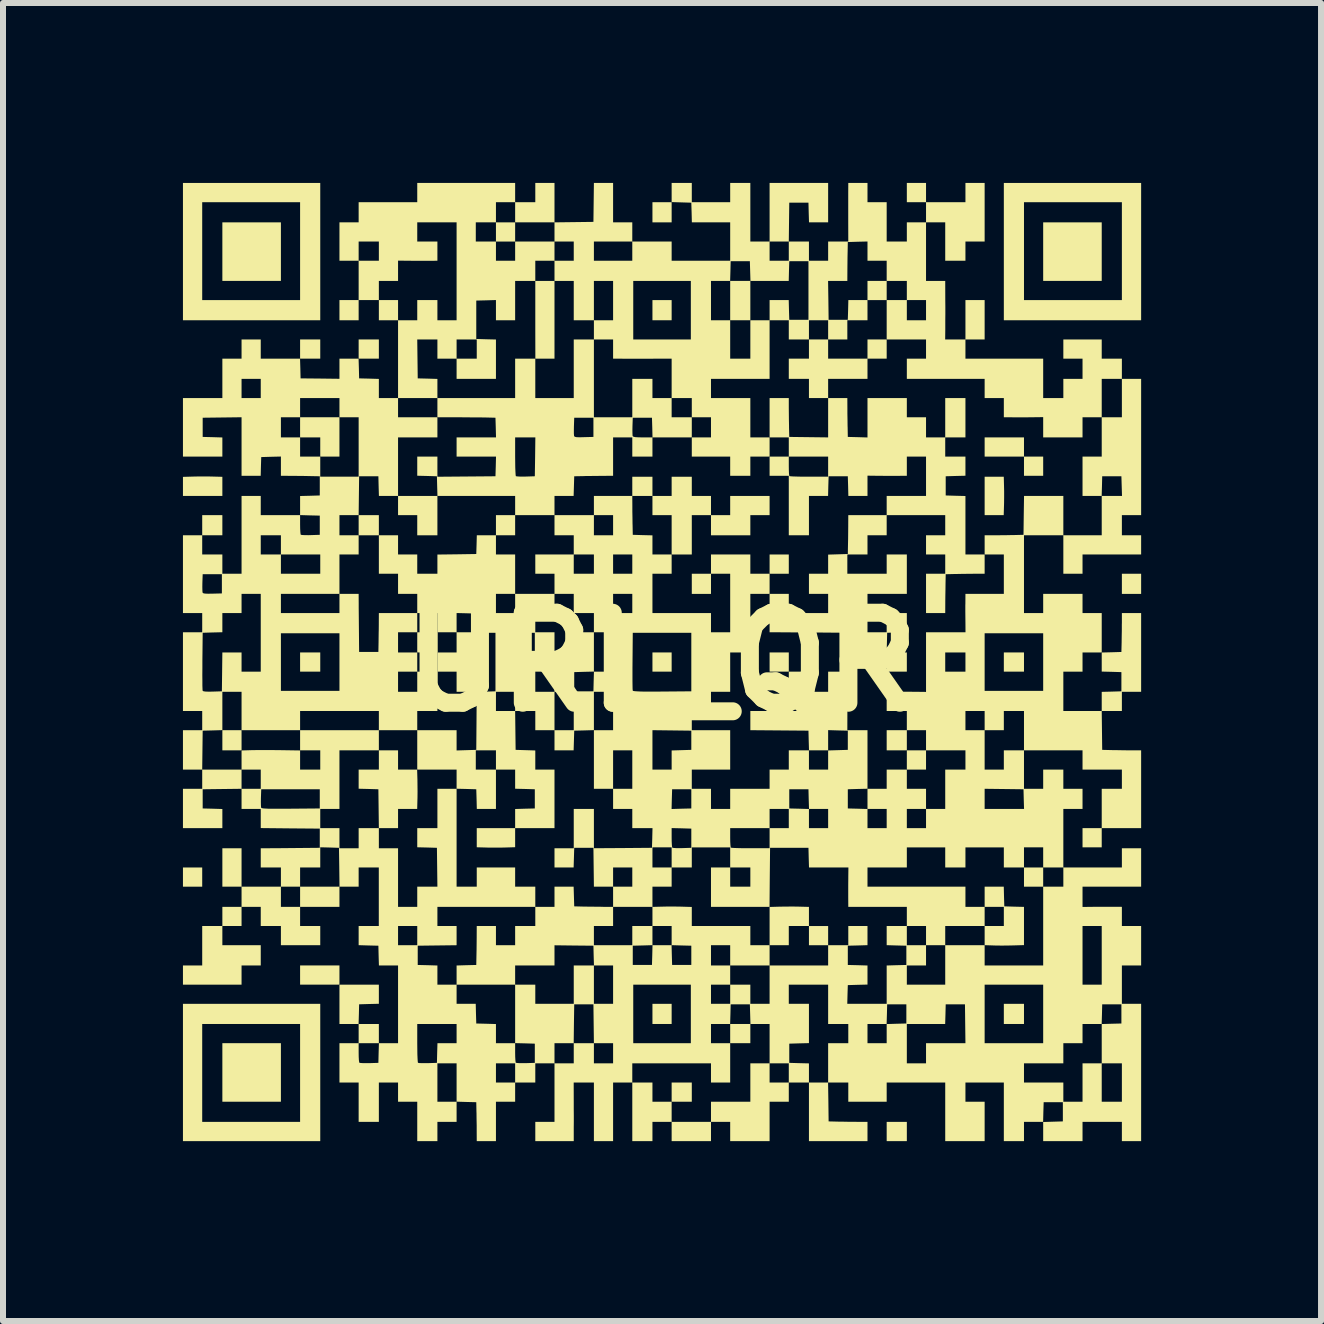
<source format=kicad_pcb>
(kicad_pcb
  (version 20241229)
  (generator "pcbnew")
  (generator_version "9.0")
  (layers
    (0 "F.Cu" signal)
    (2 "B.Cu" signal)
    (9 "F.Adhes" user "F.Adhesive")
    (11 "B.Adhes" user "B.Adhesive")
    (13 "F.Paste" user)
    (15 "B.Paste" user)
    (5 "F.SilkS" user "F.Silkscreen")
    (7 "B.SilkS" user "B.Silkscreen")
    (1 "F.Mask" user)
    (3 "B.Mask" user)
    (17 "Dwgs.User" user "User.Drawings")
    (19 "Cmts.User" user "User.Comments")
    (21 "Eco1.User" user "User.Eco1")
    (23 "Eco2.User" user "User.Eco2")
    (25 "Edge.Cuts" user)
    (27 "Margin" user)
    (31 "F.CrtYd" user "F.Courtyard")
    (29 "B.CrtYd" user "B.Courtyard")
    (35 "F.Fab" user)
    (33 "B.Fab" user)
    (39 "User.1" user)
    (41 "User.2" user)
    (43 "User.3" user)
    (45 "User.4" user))
  (footprint "URL_QR"
    (layer "F.Cu")
    (at 7.987 7.987)
    (property "Reference" "URL_QR" (at 0 0 0) (layer "F.SilkS") (effects (font (size 1.5 1.5) (thickness 0.3))))
    (attr board_only exclude_from_pos_files exclude_from_bom)
    (fp_poly (pts (xy -7.666 3.585) (xy -7.666 3.745) (xy -7.826 3.745) (xy -7.987 3.745) (xy -7.987 3.585) (xy -7.987 3.425) (xy -7.826 3.425) (xy -7.666 3.425)) (stroke (width 0) (type solid)) (fill yes) (layer "F.SilkS"))
    (fp_poly (pts (xy -7.01 1.304) (xy -7.01 1.472) (xy -7.17 1.472) (xy -7.33 1.472) (xy -7.33 1.304) (xy -7.33 1.136) (xy -7.17 1.136) (xy -7.01 1.136)) (stroke (width 0) (type solid)) (fill yes) (layer "F.SilkS"))
    (fp_poly (pts (xy -6.354 -6.842) (xy -6.354 -6.354) (xy -6.842 -6.354) (xy -7.33 -6.354) (xy -7.33 -6.842) (xy -7.33 -7.33) (xy -6.842 -7.33) (xy -6.354 -7.33)) (stroke (width 0) (type solid)) (fill yes) (layer "F.SilkS"))
    (fp_poly (pts (xy -6.354 6.842) (xy -6.354 7.33) (xy -6.842 7.33) (xy -7.33 7.33) (xy -7.33 6.842) (xy -7.33 6.354) (xy -6.842 6.354) (xy -6.354 6.354)) (stroke (width 0) (type solid)) (fill yes) (layer "F.SilkS"))
    (fp_poly (pts (xy -5.698 -5.218) (xy -5.698 -5.058) (xy -5.866 -5.058) (xy -6.034 -5.058) (xy -6.034 -5.218) (xy -6.034 -5.378) (xy -5.866 -5.378) (xy -5.698 -5.378)) (stroke (width 0) (type solid)) (fill yes) (layer "F.SilkS"))
    (fp_poly (pts (xy -5.698 0) (xy -5.698 0.16) (xy -5.866 0.16) (xy -6.034 0.16) (xy -6.034 0) (xy -6.034 -0.16) (xy -5.866 -0.16) (xy -5.698 -0.16)) (stroke (width 0) (type solid)) (fill yes) (layer "F.SilkS"))
    (fp_poly (pts (xy -5.378 5.218) (xy -5.378 5.378) (xy -5.706 5.378) (xy -6.034 5.378) (xy -6.034 5.218) (xy -6.034 5.058) (xy -5.706 5.058) (xy -5.378 5.058)) (stroke (width 0) (type solid)) (fill yes) (layer "F.SilkS"))
    (fp_poly (pts (xy -4.721 -5.218) (xy -4.721 -5.058) (xy -4.89 -5.058) (xy -5.058 -5.058) (xy -5.058 -5.218) (xy -5.058 -5.378) (xy -4.89 -5.378) (xy -4.721 -5.378)) (stroke (width 0) (type solid)) (fill yes) (layer "F.SilkS"))
    (fp_poly (pts (xy -4.721 -2.281) (xy -4.721 -2.113) (xy -4.89 -2.113) (xy -5.058 -2.113) (xy -5.058 -2.281) (xy -5.058 -2.449) (xy -4.89 -2.449) (xy -4.721 -2.449)) (stroke (width 0) (type solid)) (fill yes) (layer "F.SilkS"))
    (fp_poly (pts (xy -3.745 -0.328) (xy -3.745 -0.16) (xy -3.913 -0.16) (xy -4.081 -0.16) (xy -4.081 -0.328) (xy -4.081 -0.496) (xy -3.913 -0.496) (xy -3.745 -0.496)) (stroke (width 0) (type solid)) (fill yes) (layer "F.SilkS"))
    (fp_poly (pts (xy -2.449 -7.17) (xy -2.449 -7.01) (xy -2.609 -7.01) (xy -2.769 -7.01) (xy -2.769 -7.17) (xy -2.769 -7.33) (xy -2.609 -7.33) (xy -2.449 -7.33)) (stroke (width 0) (type solid)) (fill yes) (layer "F.SilkS"))
    (fp_poly (pts (xy 0.16 -7.499) (xy 0.16 -7.33) (xy 0 -7.33) (xy -0.16 -7.33) (xy -0.16 -7.498) (xy -0.16 -7.666) (xy 0 -7.666) (xy 0.16 -7.666)) (stroke (width 0) (type solid)) (fill yes) (layer "F.SilkS"))
    (fp_poly (pts (xy 0.16 -5.866) (xy 0.16 -5.698) (xy 0 -5.698) (xy -0.16 -5.698) (xy -0.16 -5.866) (xy -0.16 -6.034) (xy 0 -6.034) (xy 0.16 -6.034)) (stroke (width 0) (type solid)) (fill yes) (layer "F.SilkS"))
    (fp_poly (pts (xy 0.16 0) (xy 0.16 0.16) (xy 0 0.16) (xy -0.16 0.16) (xy -0.16 0) (xy -0.16 -0.16) (xy 0 -0.16) (xy 0.16 -0.16)) (stroke (width 0) (type solid)) (fill yes) (layer "F.SilkS"))
    (fp_poly (pts (xy 0.16 5.866) (xy 0.16 6.034) (xy 0 6.034) (xy -0.16 6.034) (xy -0.16 5.866) (xy -0.16 5.698) (xy 0 5.698) (xy 0.16 5.698)) (stroke (width 0) (type solid)) (fill yes) (layer "F.SilkS"))
    (fp_poly (pts (xy 0.496 7.17) (xy 0.496 7.33) (xy 0.328 7.33) (xy 0.16 7.33) (xy 0.16 7.17) (xy 0.16 7.01) (xy 0.328 7.01) (xy 0.496 7.01)) (stroke (width 0) (type solid)) (fill yes) (layer "F.SilkS"))
    (fp_poly (pts (xy 0.816 -1.304) (xy 0.816 -1.136) (xy 0.656 -1.136) (xy 0.496 -1.136) (xy 0.496 -1.304) (xy 0.496 -1.472) (xy 0.656 -1.472) (xy 0.816 -1.472)) (stroke (width 0) (type solid)) (fill yes) (layer "F.SilkS"))
    (fp_poly (pts (xy 1.472 -6.026) (xy 1.472 -5.698) (xy 1.304 -5.698) (xy 1.136 -5.698) (xy 1.136 -6.026) (xy 1.136 -6.354) (xy 1.304 -6.354) (xy 1.472 -6.354)) (stroke (width 0) (type solid)) (fill yes) (layer "F.SilkS"))
    (fp_poly (pts (xy 1.472 6.194) (xy 1.472 6.354) (xy 1.304 6.354) (xy 1.136 6.354) (xy 1.136 6.194) (xy 1.136 6.034) (xy 1.304 6.034) (xy 1.472 6.034)) (stroke (width 0) (type solid)) (fill yes) (layer "F.SilkS"))
    (fp_poly (pts (xy 2.113 -1.633) (xy 2.113 -1.472) (xy 1.953 -1.472) (xy 1.793 -1.472) (xy 1.793 -1.633) (xy 1.793 -1.793) (xy 1.953 -1.793) (xy 2.113 -1.793)) (stroke (width 0) (type solid)) (fill yes) (layer "F.SilkS"))
    (fp_poly (pts (xy 2.113 0) (xy 2.113 0.16) (xy 1.953 0.16) (xy 1.793 0.16) (xy 1.793 0) (xy 1.793 -0.16) (xy 1.953 -0.16) (xy 2.113 -0.16)) (stroke (width 0) (type solid)) (fill yes) (layer "F.SilkS"))
    (fp_poly (pts (xy 2.449 0.328) (xy 2.449 0.496) (xy 2.281 0.496) (xy 2.113 0.496) (xy 2.113 0.328) (xy 2.113 0.16) (xy 2.281 0.16) (xy 2.449 0.16)) (stroke (width 0) (type solid)) (fill yes) (layer "F.SilkS"))
    (fp_poly (pts (xy 2.769 4.561) (xy 2.769 4.721) (xy 2.609 4.721) (xy 2.449 4.721) (xy 2.449 4.561) (xy 2.449 4.401) (xy 2.609 4.401) (xy 2.769 4.401)) (stroke (width 0) (type solid)) (fill yes) (layer "F.SilkS"))
    (fp_poly (pts (xy 3.745 -6.194) (xy 3.745 -6.034) (xy 3.585 -6.034) (xy 3.425 -6.034) (xy 3.425 -6.194) (xy 3.425 -6.354) (xy 3.585 -6.354) (xy 3.745 -6.354)) (stroke (width 0) (type solid)) (fill yes) (layer "F.SilkS"))
    (fp_poly (pts (xy 4.081 0) (xy 4.081 0.16) (xy 3.913 0.16) (xy 3.745 0.16) (xy 3.745 0) (xy 3.745 -0.16) (xy 3.913 -0.16) (xy 4.081 -0.16)) (stroke (width 0) (type solid)) (fill yes) (layer "F.SilkS"))
    (fp_poly (pts (xy 4.081 1.304) (xy 4.081 1.472) (xy 3.913 1.472) (xy 3.745 1.472) (xy 3.745 1.304) (xy 3.745 1.136) (xy 3.913 1.136) (xy 4.081 1.136)) (stroke (width 0) (type solid)) (fill yes) (layer "F.SilkS"))
    (fp_poly (pts (xy 4.081 7.826) (xy 4.081 7.987) (xy 3.913 7.987) (xy 3.745 7.987) (xy 3.745 7.826) (xy 3.745 7.666) (xy 3.913 7.666) (xy 4.081 7.666)) (stroke (width 0) (type solid)) (fill yes) (layer "F.SilkS"))
    (fp_poly (pts (xy 4.401 1.633) (xy 4.401 1.793) (xy 4.241 1.793) (xy 4.081 1.793) (xy 4.081 1.633) (xy 4.081 1.472) (xy 4.241 1.472) (xy 4.401 1.472)) (stroke (width 0) (type solid)) (fill yes) (layer "F.SilkS"))
    (fp_poly (pts (xy 6.034 -3.585) (xy 6.034 -3.425) (xy 5.706 -3.425) (xy 5.378 -3.425) (xy 5.378 -3.585) (xy 5.378 -3.745) (xy 5.706 -3.745) (xy 6.034 -3.745)) (stroke (width 0) (type solid)) (fill yes) (layer "F.SilkS"))
    (fp_poly (pts (xy 6.034 0) (xy 6.034 0.16) (xy 5.866 0.16) (xy 5.698 0.16) (xy 5.698 0) (xy 5.698 -0.16) (xy 5.866 -0.16) (xy 6.034 -0.16)) (stroke (width 0) (type solid)) (fill yes) (layer "F.SilkS"))
    (fp_poly (pts (xy 6.034 5.866) (xy 6.034 6.034) (xy 5.866 6.034) (xy 5.698 6.034) (xy 5.698 5.866) (xy 5.698 5.698) (xy 5.866 5.698) (xy 6.034 5.698)) (stroke (width 0) (type solid)) (fill yes) (layer "F.SilkS"))
    (fp_poly (pts (xy 6.354 -3.265) (xy 6.354 -3.105) (xy 6.194 -3.105) (xy 6.034 -3.105) (xy 6.034 -3.265) (xy 6.034 -3.425) (xy 6.194 -3.425) (xy 6.354 -3.425)) (stroke (width 0) (type solid)) (fill yes) (layer "F.SilkS"))
    (fp_poly (pts (xy 6.354 3.585) (xy 6.354 3.745) (xy 6.194 3.745) (xy 6.034 3.745) (xy 6.034 3.585) (xy 6.034 3.425) (xy 6.194 3.425) (xy 6.354 3.425)) (stroke (width 0) (type solid)) (fill yes) (layer "F.SilkS"))
    (fp_poly (pts (xy 7.33 -6.842) (xy 7.33 -6.354) (xy 6.842 -6.354) (xy 6.354 -6.354) (xy 6.354 -6.842) (xy 6.354 -7.33) (xy 6.842 -7.33) (xy 7.33 -7.33)) (stroke (width 0) (type solid)) (fill yes) (layer "F.SilkS"))
    (fp_poly (pts (xy 7.987 -1.304) (xy 7.987 -1.136) (xy 7.826 -1.136) (xy 7.666 -1.136) (xy 7.666 -1.304) (xy 7.666 -1.472) (xy 7.826 -1.472) (xy 7.987 -1.472)) (stroke (width 0) (type solid)) (fill yes) (layer "F.SilkS"))
    (fp_poly (pts (xy -7.519 -3.093) (xy -7.486 -3.092) (xy -7.33 -3.088) (xy -7.33 -2.928) (xy -7.33 -2.769) (xy -7.658 -2.769) (xy -7.987 -2.769) (xy -7.987 -2.928) (xy -7.987 -3.087) (xy -7.814 -3.092) (xy -7.72 -3.094) (xy -7.616 -3.094)) (stroke (width 0) (type solid)) (fill yes) (layer "F.SilkS"))
    (fp_poly (pts (xy -5.378 -3.753) (xy -5.378 -3.425) (xy -5.538 -3.425) (xy -5.698 -3.425) (xy -5.698 -3.585) (xy -5.698 -3.745) (xy -5.866 -3.745) (xy -6.034 -3.745) (xy -6.034 -3.913) (xy -6.034 -4.081) (xy -5.706 -4.081) (xy -5.378 -4.081)) (stroke (width 0) (type solid)) (fill yes) (layer "F.SilkS"))
    (fp_poly (pts (xy -4.721 5.537) (xy -4.721 5.697) (xy -4.886 5.701) (xy -5.05 5.706) (xy -5.054 5.87) (xy -5.059 6.034) (xy -5.218 6.034) (xy -5.378 6.034) (xy -5.378 5.706) (xy -5.378 5.378) (xy -5.05 5.378) (xy -4.721 5.378)) (stroke (width 0) (type solid)) (fill yes) (layer "F.SilkS"))
    (fp_poly (pts (xy -3.745 -2.441) (xy -3.745 -2.113) (xy -3.913 -2.113) (xy -4.081 -2.113) (xy -4.081 -2.281) (xy -4.081 -2.449) (xy -4.241 -2.449) (xy -4.401 -2.449) (xy -4.401 -2.609) (xy -4.401 -2.769) (xy -4.073 -2.769) (xy -3.745 -2.769)) (stroke (width 0) (type solid)) (fill yes) (layer "F.SilkS"))
    (fp_poly (pts (xy -2.449 2.928) (xy -2.449 3.087) (xy -2.618 3.092) (xy -2.711 3.094) (xy -2.813 3.094) (xy -2.908 3.093) (xy -2.938 3.092) (xy -3.089 3.088) (xy -3.089 2.928) (xy -3.089 2.769) (xy -2.769 2.769) (xy -2.449 2.769)) (stroke (width 0) (type solid)) (fill yes) (layer "F.SilkS"))
    (fp_poly (pts (xy 5.701 -2.938) (xy 5.703 -2.852) (xy 5.703 -2.75) (xy 5.702 -2.652) (xy 5.701 -2.618) (xy 5.696 -2.449) (xy 5.537 -2.449) (xy 5.378 -2.449) (xy 5.378 -2.769) (xy 5.378 -3.089) (xy 5.537 -3.089) (xy 5.697 -3.089)) (stroke (width 0) (type solid)) (fill yes) (layer "F.SilkS"))
    (fp_poly (pts (xy -1.793 -5.706) (xy -1.793 -5.058) (xy -1.953 -5.058) (xy -2.112 -5.058) (xy -2.113 -5.542) (xy -2.113 -5.673) (xy -2.113 -5.802) (xy -2.113 -5.924) (xy -2.113 -6.031) (xy -2.113 -6.12) (xy -2.113 -6.183) (xy -2.113 -6.19) (xy -2.113 -6.354) (xy -1.953 -6.354) (xy -1.793 -6.354)) (stroke (width 0) (type solid)) (fill yes) (layer "F.SilkS"))
    (fp_poly (pts (xy 2.26 4.077) (xy 2.293 4.078) (xy 2.449 4.082) (xy 2.449 4.242) (xy 2.449 4.401) (xy 2.281 4.401) (xy 2.113 4.401) (xy 2.113 4.561) (xy 2.113 4.721) (xy 1.953 4.721) (xy 1.793 4.721) (xy 1.793 4.402) (xy 1.793 4.083) (xy 1.965 4.078) (xy 2.059 4.077) (xy 2.163 4.076)) (stroke (width 0) (type solid)) (fill yes) (layer "F.SilkS"))
    (fp_poly (pts (xy 2.773 7.334) (xy 2.777 7.658) (xy 2.937 7.662) (xy 3.03 7.663) (xy 3.136 7.665) (xy 3.236 7.665) (xy 3.261 7.666) (xy 3.425 7.666) (xy 3.425 7.826) (xy 3.425 7.987) (xy 2.937 7.987) (xy 2.449 7.987) (xy 2.449 7.498) (xy 2.449 7.01) (xy 2.609 7.01) (xy 2.768 7.01)) (stroke (width 0) (type solid)) (fill yes) (layer "F.SilkS"))
    (fp_poly (pts (xy -5.698 -6.842) (xy -5.698 -5.698) (xy -6.842 -5.698) (xy -7.987 -5.698) (xy -7.987 -6.842) (xy -7.987 -6.85) (xy -7.666 -6.85) (xy -7.666 -6.034) (xy -6.85 -6.034) (xy -6.034 -6.034) (xy -6.034 -6.85) (xy -6.034 -7.666) (xy -6.85 -7.666) (xy -7.666 -7.666) (xy -7.666 -6.85) (xy -7.987 -6.85) (xy -7.987 -7.987) (xy -6.842 -7.987) (xy -5.698 -7.987)) (stroke (width 0) (type solid)) (fill yes) (layer "F.SilkS"))
    (fp_poly (pts (xy -5.698 6.842) (xy -5.698 7.987) (xy -6.842 7.987) (xy -7.987 7.987) (xy -7.987 6.85) (xy -7.666 6.85) (xy -7.666 7.666) (xy -6.85 7.666) (xy -6.034 7.666) (xy -6.034 6.85) (xy -6.034 6.034) (xy -6.85 6.034) (xy -7.666 6.034) (xy -7.666 6.85) (xy -7.987 6.85) (xy -7.987 6.842) (xy -7.987 5.698) (xy -6.842 5.698) (xy -5.698 5.698)) (stroke (width 0) (type solid)) (fill yes) (layer "F.SilkS"))
    (fp_poly (pts (xy 7.987 -6.842) (xy 7.987 -5.698) (xy 6.842 -5.698) (xy 5.698 -5.698) (xy 5.698 -6.842) (xy 5.698 -6.85) (xy 6.034 -6.85) (xy 6.034 -6.034) (xy 6.85 -6.034) (xy 7.666 -6.034) (xy 7.666 -6.85) (xy 7.666 -7.666) (xy 6.85 -7.666) (xy 6.034 -7.666) (xy 6.034 -6.85) (xy 5.698 -6.85) (xy 5.698 -7.987) (xy 6.842 -7.987) (xy 7.987 -7.987)) (stroke (width 0) (type solid)) (fill yes) (layer "F.SilkS"))
    (fp_poly (pts (xy 5.701 3.909) (xy 5.706 4.073) (xy 5.87 4.078) (xy 6.034 4.082) (xy 6.034 4.401) (xy 6.034 4.719) (xy 5.862 4.724) (xy 5.768 4.726) (xy 5.664 4.727) (xy 5.567 4.726) (xy 5.534 4.725) (xy 5.378 4.72) (xy 5.378 4.561) (xy 5.378 4.401) (xy 5.538 4.401) (xy 5.698 4.401) (xy 5.698 4.241) (xy 5.698 4.081) (xy 5.538 4.081) (xy 5.378 4.081) (xy 5.378 3.913) (xy 5.378 3.745) (xy 5.537 3.745) (xy 5.697 3.745)) (stroke (width 0) (type solid)) (fill yes) (layer "F.SilkS"))
    (fp_poly (pts (xy -4.401 1.633) (xy -4.401 1.793) (xy -4.242 1.793) (xy -4.083 1.793) (xy -4.078 1.965) (xy -4.077 2.059) (xy -4.076 2.163) (xy -4.077 2.26) (xy -4.078 2.293) (xy -4.082 2.449) (xy -4.242 2.449) (xy -4.401 2.449) (xy -4.401 2.609) (xy -4.401 2.769) (xy -4.561 2.769) (xy -4.721 2.769) (xy -4.725 2.445) (xy -4.729 2.121) (xy -4.894 2.116) (xy -5.058 2.112) (xy -5.058 1.952) (xy -5.058 1.793) (xy -4.89 1.793) (xy -4.721 1.793) (xy -4.721 1.633) (xy -4.721 1.472) (xy -4.561 1.472) (xy -4.401 1.472)) (stroke (width 0) (type solid)) (fill yes) (layer "F.SilkS"))
    (fp_poly (pts (xy 7.987 -0.16) (xy 7.987 0.496) (xy 7.826 0.496) (xy 7.666 0.496) (xy 7.666 0.656) (xy 7.666 0.816) (xy 7.498 0.816) (xy 7.33 0.816) (xy 7.33 0.657) (xy 7.33 0.497) (xy 7.494 0.493) (xy 7.658 0.488) (xy 7.658 0.328) (xy 7.658 0.168) (xy 7.494 0.163) (xy 7.33 0.159) (xy 7.33 -0.001) (xy 7.33 -0.159) (xy 7.494 -0.163) (xy 7.658 -0.168) (xy 7.662 -0.328) (xy 7.663 -0.421) (xy 7.665 -0.527) (xy 7.665 -0.627) (xy 7.666 -0.652) (xy 7.666 -0.816) (xy 7.826 -0.816) (xy 7.987 -0.816)) (stroke (width 0) (type solid)) (fill yes) (layer "F.SilkS"))
    (fp_poly (pts (xy 2.769 -5.218) (xy 2.769 -5.058) (xy 3.097 -5.058) (xy 3.425 -5.058) (xy 3.425 -5.218) (xy 3.425 -5.378) (xy 3.585 -5.378) (xy 3.745 -5.378) (xy 3.745 -5.218) (xy 3.745 -5.058) (xy 3.585 -5.058) (xy 3.425 -5.058) (xy 3.425 -4.89) (xy 3.425 -4.721) (xy 3.097 -4.721) (xy 2.769 -4.721) (xy 2.769 -4.561) (xy 2.769 -4.401) (xy 2.609 -4.401) (xy 2.449 -4.401) (xy 2.449 -4.561) (xy 2.449 -4.721) (xy 2.281 -4.721) (xy 2.113 -4.721) (xy 2.113 -4.89) (xy 2.113 -5.058) (xy 2.281 -5.058) (xy 2.449 -5.058) (xy 2.449 -5.218) (xy 2.449 -5.378) (xy 2.609 -5.378) (xy 2.769 -5.378)) (stroke (width 0) (type solid)) (fill yes) (layer "F.SilkS"))
    (fp_poly (pts (xy -0.16 -2.929) (xy -0.16 -2.769) (xy 0 -2.769) (xy 0.16 -2.769) (xy 0.16 -2.929) (xy 0.16 -3.089) (xy 0.328 -3.089) (xy 0.496 -3.089) (xy 0.496 -2.929) (xy 0.496 -2.769) (xy 0.656 -2.769) (xy 0.816 -2.769) (xy 0.816 -2.609) (xy 0.816 -2.449) (xy 0.976 -2.449) (xy 1.136 -2.449) (xy 1.136 -2.609) (xy 1.136 -2.769) (xy 1.464 -2.769) (xy 1.793 -2.769) (xy 1.793 -2.609) (xy 1.793 -2.449) (xy 1.633 -2.449) (xy 1.472 -2.449) (xy 1.472 -2.281) (xy 1.472 -2.113) (xy 1.144 -2.113) (xy 0.816 -2.113) (xy 0.816 -2.281) (xy 0.816 -2.449) (xy 0.656 -2.449) (xy 0.496 -2.449) (xy 0.496 -2.121) (xy 0.496 -1.793) (xy 0.328 -1.793) (xy 0.16 -1.793) (xy 0.16 -2.121) (xy 0.16 -2.449) (xy 0 -2.449) (xy -0.16 -2.449) (xy -0.16 -2.609) (xy -0.16 -2.769) (xy -0.328 -2.769) (xy -0.496 -2.769) (xy -0.496 -2.929) (xy -0.496 -3.089) (xy -0.328 -3.089) (xy -0.16 -3.089)) (stroke (width 0) (type solid)) (fill yes) (layer "F.SilkS"))
    (fp_poly (pts (xy -1.136 -4.729) (xy -1.136 -4.081) (xy -0.816 -4.081) (xy -0.496 -4.081) (xy -0.496 -4.401) (xy -0.496 -4.721) (xy -0.328 -4.721) (xy -0.16 -4.721) (xy -0.16 -4.561) (xy -0.16 -4.401) (xy 0 -4.401) (xy 0.16 -4.401) (xy 0.16 -4.241) (xy 0.16 -4.081) (xy 0.328 -4.081) (xy 0.496 -4.081) (xy 0.496 -3.913) (xy 0.496 -3.745) (xy 0.168 -3.745) (xy -0.159 -3.745) (xy -0.163 -3.909) (xy -0.168 -4.073) (xy -0.328 -4.073) (xy -0.488 -4.073) (xy -0.493 -3.931) (xy -0.494 -3.864) (xy -0.493 -3.809) (xy -0.491 -3.773) (xy -0.489 -3.766) (xy -0.476 -3.756) (xy -0.442 -3.749) (xy -0.383 -3.746) (xy -0.32 -3.745) (xy -0.16 -3.745) (xy -0.16 -3.585) (xy -0.16 -3.425) (xy -0.328 -3.425) (xy -0.496 -3.425) (xy -0.496 -3.585) (xy -0.496 -3.745) (xy -0.656 -3.745) (xy -0.816 -3.745) (xy -0.816 -3.425) (xy -0.816 -3.105) (xy -0.98 -3.104) (xy -1.075 -3.103) (xy -1.181 -3.102) (xy -1.28 -3.101) (xy -1.304 -3.1) (xy -1.464 -3.097) (xy -1.469 -2.933) (xy -1.474 -2.769) (xy -1.633 -2.769) (xy -1.793 -2.769) (xy -1.793 -2.609) (xy -1.793 -2.449) (xy -2.121 -2.449) (xy -2.449 -2.449) (xy -2.449 -2.281) (xy -2.449 -2.113) (xy -2.609 -2.113) (xy -2.769 -2.113) (xy -2.769 -2.281) (xy -2.769 -2.449) (xy -2.609 -2.449) (xy -2.449 -2.449) (xy -2.449 -2.609) (xy -2.449 -2.769) (xy -3.097 -2.769) (xy -3.744 -2.769) (xy -3.749 -2.933) (xy -3.753 -3.097) (xy -3.917 -3.102) (xy -4.081 -3.106) (xy -4.081 -3.266) (xy -4.081 -3.425) (xy -3.913 -3.425) (xy -3.745 -3.425) (xy -3.745 -3.257) (xy -3.745 -3.089) (xy -3.261 -3.093) (xy -2.777 -3.097) (xy -2.772 -3.261) (xy -2.768 -3.425) (xy -3.096 -3.425) (xy -3.425 -3.425) (xy -3.425 -3.428) (xy -2.449 -3.428) (xy -2.448 -3.33) (xy -2.447 -3.243) (xy -2.444 -3.173) (xy -2.441 -3.123) (xy -2.438 -3.1) (xy -2.438 -3.099) (xy -2.418 -3.095) (xy -2.373 -3.092) (xy -2.312 -3.092) (xy -2.274 -3.092) (xy -2.121 -3.097) (xy -2.116 -3.421) (xy -2.112 -3.745) (xy -2.28 -3.745) (xy -2.449 -3.745) (xy -2.449 -3.428) (xy -3.425 -3.428) (xy -3.425 -3.585) (xy -3.425 -3.745) (xy -3.096 -3.745) (xy -2.768 -3.745) (xy -2.771 -3.864) (xy -1.47 -3.864) (xy -1.47 -3.809) (xy -1.467 -3.773) (xy -1.465 -3.766) (xy -1.454 -3.755) (xy -1.425 -3.749) (xy -1.374 -3.747) (xy -1.301 -3.749) (xy -1.144 -3.753) (xy -1.144 -3.913) (xy -1.144 -4.073) (xy -1.304 -4.073) (xy -1.464 -4.073) (xy -1.469 -3.931) (xy -1.47 -3.864) (xy -2.771 -3.864) (xy -2.772 -3.909) (xy -2.777 -4.073) (xy -2.937 -4.077) (xy -3.005 -4.078) (xy -3.097 -4.079) (xy -3.203 -4.079) (xy -3.317 -4.08) (xy -3.421 -4.081) (xy -3.745 -4.081) (xy -3.745 -4.241) (xy -3.745 -4.401) (xy -3.097 -4.401) (xy -2.449 -4.401) (xy -2.449 -4.729) (xy -2.449 -5.058) (xy -2.28 -5.058) (xy -2.113 -5.058) (xy -2.113 -4.729) (xy -2.113 -4.401) (xy -1.793 -4.401) (xy -1.472 -4.401) (xy -1.472 -4.89) (xy -1.472 -5.378) (xy -1.304 -5.378) (xy -1.136 -5.378)) (stroke (width 0) (type solid)) (fill yes) (layer "F.SilkS"))
    (fp_poly (pts (xy 2.113 -4.237) (xy 2.114 -4.143) (xy 2.115 -4.037) (xy 2.117 -3.938) (xy 2.117 -3.913) (xy 2.121 -3.753) (xy 2.445 -3.749) (xy 2.769 -3.745) (xy 2.769 -4.073) (xy 2.769 -4.401) (xy 2.929 -4.401) (xy 3.089 -4.401) (xy 3.09 -4.237) (xy 3.09 -4.143) (xy 3.092 -4.037) (xy 3.093 -3.938) (xy 3.094 -3.913) (xy 3.097 -3.753) (xy 3.261 -3.749) (xy 3.425 -3.744) (xy 3.425 -4.073) (xy 3.425 -4.401) (xy 3.753 -4.401) (xy 4.081 -4.401) (xy 4.081 -4.241) (xy 4.081 -4.081) (xy 4.241 -4.081) (xy 4.401 -4.081) (xy 4.401 -3.913) (xy 4.401 -3.745) (xy 4.561 -3.745) (xy 4.721 -3.745) (xy 4.721 -4.073) (xy 4.721 -4.401) (xy 4.89 -4.401) (xy 5.058 -4.401) (xy 5.058 -4.073) (xy 5.058 -3.745) (xy 4.89 -3.745) (xy 4.721 -3.745) (xy 4.721 -3.585) (xy 4.721 -3.425) (xy 4.89 -3.425) (xy 5.058 -3.425) (xy 5.058 -3.266) (xy 5.058 -3.106) (xy 4.894 -3.102) (xy 4.729 -3.097) (xy 4.729 -2.937) (xy 4.729 -2.777) (xy 4.894 -2.772) (xy 5.058 -2.768) (xy 5.058 -2.28) (xy 5.058 -1.793) (xy 5.218 -1.793) (xy 5.378 -1.793) (xy 5.378 -1.633) (xy 5.378 -1.472) (xy 5.214 -1.472) (xy 5.119 -1.471) (xy 5.013 -1.47) (xy 4.914 -1.468) (xy 4.89 -1.468) (xy 4.729 -1.464) (xy 4.726 -1.304) (xy 4.725 -1.211) (xy 4.723 -1.105) (xy 4.722 -1.006) (xy 4.722 -0.98) (xy 4.721 -0.816) (xy 4.561 -0.816) (xy 4.401 -0.816) (xy 4.401 -1.144) (xy 4.401 -1.472) (xy 4.561 -1.472) (xy 4.721 -1.472) (xy 4.721 -1.633) (xy 4.721 -1.793) (xy 4.561 -1.793) (xy 4.401 -1.793) (xy 4.401 -1.953) (xy 4.401 -2.113) (xy 4.561 -2.113) (xy 4.721 -2.113) (xy 4.721 -2.281) (xy 4.721 -2.449) (xy 4.233 -2.449) (xy 3.745 -2.449) (xy 3.745 -2.281) (xy 3.745 -2.113) (xy 3.585 -2.113) (xy 3.425 -2.113) (xy 3.425 -1.953) (xy 3.425 -1.793) (xy 3.257 -1.793) (xy 3.089 -1.793) (xy 3.089 -1.633) (xy 3.089 -1.472) (xy 3.417 -1.472) (xy 3.745 -1.472) (xy 3.745 -1.633) (xy 3.745 -1.793) (xy 3.913 -1.793) (xy 4.081 -1.793) (xy 4.081 -1.464) (xy 4.081 -1.136) (xy 3.753 -1.136) (xy 3.425 -1.136) (xy 3.425 -0.816) (xy 3.425 -0.496) (xy 3.585 -0.496) (xy 3.745 -0.496) (xy 3.745 -0.656) (xy 3.745 -0.816) (xy 3.913 -0.816) (xy 4.081 -0.816) (xy 4.081 -0.657) (xy 4.081 -0.497) (xy 3.917 -0.493) (xy 3.753 -0.488) (xy 3.749 -0.324) (xy 3.744 -0.16) (xy 3.426 -0.16) (xy 3.106 -0.16) (xy 3.102 -0.324) (xy 3.097 -0.488) (xy 2.609 -0.492) (xy 2.477 -0.493) (xy 2.348 -0.493) (xy 2.226 -0.494) (xy 2.117 -0.495) (xy 2.028 -0.495) (xy 1.965 -0.496) (xy 1.957 -0.496) (xy 1.793 -0.496) (xy 1.793 -0.816) (xy 1.793 -1.136) (xy 1.953 -1.136) (xy 2.113 -1.136) (xy 2.113 -0.976) (xy 2.113 -0.816) (xy 2.441 -0.816) (xy 2.769 -0.816) (xy 2.769 -0.976) (xy 2.769 -1.136) (xy 2.609 -1.136) (xy 2.449 -1.136) (xy 2.449 -1.304) (xy 2.449 -1.472) (xy 2.609 -1.472) (xy 2.769 -1.472) (xy 2.769 -1.632) (xy 2.769 -1.791) (xy 2.933 -1.796) (xy 3.097 -1.801) (xy 3.1 -1.961) (xy 3.102 -2.054) (xy 3.103 -2.16) (xy 3.104 -2.259) (xy 3.104 -2.285) (xy 3.105 -2.449) (xy 3.425 -2.449) (xy 3.745 -2.449) (xy 3.745 -2.609) (xy 3.745 -2.769) (xy 4.073 -2.769) (xy 4.401 -2.769) (xy 4.401 -3.097) (xy 4.401 -3.425) (xy 4.241 -3.425) (xy 4.081 -3.425) (xy 4.081 -3.265) (xy 4.081 -3.105) (xy 3.917 -3.104) (xy 3.822 -3.104) (xy 3.714 -3.104) (xy 3.613 -3.105) (xy 3.589 -3.105) (xy 3.425 -3.107) (xy 3.425 -2.938) (xy 3.425 -2.769) (xy 3.266 -2.769) (xy 3.106 -2.769) (xy 3.102 -2.933) (xy 3.097 -3.097) (xy 2.937 -3.097) (xy 2.777 -3.097) (xy 2.772 -2.933) (xy 2.768 -2.769) (xy 2.608 -2.769) (xy 2.449 -2.769) (xy 2.449 -2.441) (xy 2.449 -2.113) (xy 2.281 -2.113) (xy 2.113 -2.113) (xy 2.113 -2.609) (xy 2.113 -3.105) (xy 1.953 -3.105) (xy 1.793 -3.105) (xy 1.793 -3.265) (xy 1.793 -3.268) (xy 2.113 -3.268) (xy 2.114 -3.2) (xy 2.116 -3.144) (xy 2.12 -3.109) (xy 2.123 -3.1) (xy 2.141 -3.097) (xy 2.187 -3.094) (xy 2.254 -3.092) (xy 2.339 -3.09) (xy 2.435 -3.09) (xy 2.451 -3.09) (xy 2.769 -3.09) (xy 2.769 -3.257) (xy 2.769 -3.425) (xy 2.441 -3.425) (xy 2.113 -3.425) (xy 2.113 -3.268) (xy 1.793 -3.268) (xy 1.793 -3.425) (xy 1.953 -3.425) (xy 2.113 -3.425) (xy 2.113 -3.585) (xy 2.113 -3.745) (xy 1.953 -3.745) (xy 1.793 -3.745) (xy 1.793 -4.073) (xy 1.793 -4.401) (xy 1.953 -4.401) (xy 2.113 -4.401)) (stroke (width 0) (type solid)) (fill yes) (layer "F.SilkS"))
    (fp_poly (pts (xy -2.449 -7.826) (xy -2.449 -7.666) (xy -2.281 -7.666) (xy -2.113 -7.666) (xy -2.113 -7.826) (xy -2.113 -7.987) (xy -1.953 -7.987) (xy -1.793 -7.987) (xy -1.793 -7.658) (xy -1.793 -7.33) (xy -2.121 -7.33) (xy -2.449 -7.33) (xy -2.449 -7.498) (xy -2.449 -7.666) (xy -2.609 -7.666) (xy -2.769 -7.666) (xy -2.769 -7.498) (xy -2.769 -7.33) (xy -2.937 -7.33) (xy -3.105 -7.33) (xy -3.105 -7.17) (xy -3.105 -7.01) (xy -2.937 -7.01) (xy -2.769 -7.01) (xy -2.769 -6.85) (xy -2.769 -6.69) (xy -2.609 -6.69) (xy -2.449 -6.69) (xy -2.449 -6.85) (xy -2.449 -7.01) (xy -2.121 -7.01) (xy -1.793 -7.01) (xy -1.793 -7.17) (xy -1.793 -7.33) (xy -1.468 -7.334) (xy -1.144 -7.338) (xy -1.14 -7.662) (xy -1.136 -7.987) (xy -0.976 -7.987) (xy -0.816 -7.987) (xy -0.816 -7.658) (xy -0.816 -7.33) (xy -0.656 -7.33) (xy -0.496 -7.33) (xy -0.496 -7.17) (xy -0.496 -7.01) (xy -0.816 -7.01) (xy -1.136 -7.01) (xy -1.136 -6.85) (xy -1.136 -6.69) (xy -0.816 -6.69) (xy -0.496 -6.69) (xy -0.496 -6.85) (xy -0.496 -7.01) (xy -0.168 -7.01) (xy 0.16 -7.01) (xy 0.16 -6.85) (xy 0.16 -6.69) (xy 0.648 -6.69) (xy 1.136 -6.69) (xy 1.136 -6.85) (xy 1.793 -6.85) (xy 1.793 -6.69) (xy 1.953 -6.69) (xy 2.113 -6.69) (xy 2.113 -6.85) (xy 2.113 -7.01) (xy 1.953 -7.01) (xy 1.793 -7.01) (xy 1.793 -6.85) (xy 1.136 -6.85) (xy 1.136 -7.01) (xy 1.136 -7.33) (xy 0.817 -7.33) (xy 0.497 -7.33) (xy 0.493 -7.494) (xy 0.488 -7.658) (xy 0.324 -7.663) (xy 0.16 -7.668) (xy 0.16 -7.826) (xy 0.16 -7.987) (xy 0.328 -7.987) (xy 0.496 -7.987) (xy 0.496 -7.826) (xy 0.496 -7.666) (xy 0.816 -7.666) (xy 1.136 -7.666) (xy 1.136 -7.826) (xy 1.136 -7.987) (xy 1.304 -7.987) (xy 1.472 -7.987) (xy 1.472 -7.498) (xy 1.472 -7.01) (xy 1.633 -7.01) (xy 1.793 -7.01) (xy 1.793 -7.498) (xy 1.793 -7.987) (xy 2.281 -7.987) (xy 2.769 -7.987) (xy 2.769 -7.658) (xy 2.769 -7.33) (xy 2.609 -7.33) (xy 2.45 -7.33) (xy 2.445 -7.494) (xy 2.441 -7.658) (xy 2.281 -7.658) (xy 2.121 -7.658) (xy 2.117 -7.334) (xy 2.113 -7.01) (xy 2.281 -7.01) (xy 2.449 -7.01) (xy 2.449 -6.85) (xy 2.449 -6.69) (xy 2.609 -6.69) (xy 2.769 -6.69) (xy 2.769 -6.85) (xy 2.769 -7.01) (xy 2.937 -7.01) (xy 3.105 -7.01) (xy 3.104 -7.334) (xy 3.104 -7.447) (xy 3.104 -7.56) (xy 3.104 -7.667) (xy 3.104 -7.759) (xy 3.104 -7.822) (xy 3.105 -7.987) (xy 3.265 -7.987) (xy 3.425 -7.987) (xy 3.425 -7.826) (xy 3.425 -7.666) (xy 3.585 -7.666) (xy 3.745 -7.666) (xy 3.745 -7.338) (xy 3.745 -7.01) (xy 3.913 -7.01) (xy 4.081 -7.01) (xy 4.081 -7.17) (xy 4.081 -7.33) (xy 4.241 -7.33) (xy 4.401 -7.33) (xy 4.401 -7.498) (xy 4.401 -7.666) (xy 4.241 -7.666) (xy 4.081 -7.666) (xy 4.081 -7.826) (xy 4.081 -7.987) (xy 4.241 -7.987) (xy 4.401 -7.987) (xy 4.401 -7.826) (xy 4.401 -7.666) (xy 4.729 -7.666) (xy 5.058 -7.666) (xy 5.058 -7.826) (xy 5.058 -7.987) (xy 5.218 -7.987) (xy 5.378 -7.987) (xy 5.378 -7.498) (xy 5.378 -7.01) (xy 5.218 -7.01) (xy 5.058 -7.01) (xy 5.058 -6.85) (xy 5.058 -6.69) (xy 4.89 -6.69) (xy 4.721 -6.69) (xy 4.721 -7.01) (xy 4.721 -7.33) (xy 4.561 -7.33) (xy 4.401 -7.33) (xy 4.401 -6.842) (xy 4.401 -6.354) (xy 4.561 -6.354) (xy 4.721 -6.354) (xy 4.722 -6.03) (xy 4.723 -5.918) (xy 4.723 -5.804) (xy 4.722 -5.697) (xy 4.722 -5.605) (xy 4.722 -5.542) (xy 4.72 -5.378) (xy 4.889 -5.378) (xy 5.058 -5.378) (xy 5.058 -5.706) (xy 5.058 -6.034) (xy 5.218 -6.034) (xy 5.378 -6.034) (xy 5.378 -5.706) (xy 5.378 -5.378) (xy 5.218 -5.378) (xy 5.058 -5.378) (xy 5.058 -5.218) (xy 5.058 -5.058) (xy 5.706 -5.058) (xy 6.354 -5.058) (xy 6.354 -4.729) (xy 6.354 -4.401) (xy 6.522 -4.401) (xy 6.69 -4.401) (xy 6.69 -4.561) (xy 6.69 -4.721) (xy 6.85 -4.721) (xy 7.01 -4.721) (xy 7.01 -4.89) (xy 7.01 -5.058) (xy 6.85 -5.058) (xy 6.69 -5.058) (xy 6.69 -5.218) (xy 6.69 -5.378) (xy 7.01 -5.378) (xy 7.33 -5.378) (xy 7.33 -5.218) (xy 7.33 -5.058) (xy 7.498 -5.058) (xy 7.666 -5.058) (xy 7.666 -4.89) (xy 7.666 -4.721) (xy 7.498 -4.721) (xy 7.33 -4.721) (xy 7.33 -4.401) (xy 7.33 -4.081) (xy 7.17 -4.081) (xy 7.01 -4.081) (xy 7.01 -3.913) (xy 7.01 -3.745) (xy 6.682 -3.745) (xy 6.354 -3.745) (xy 6.354 -3.914) (xy 6.354 -4.083) (xy 6.19 -4.081) (xy 6.095 -4.08) (xy 5.987 -4.08) (xy 5.886 -4.08) (xy 5.862 -4.08) (xy 5.698 -4.081) (xy 5.698 -4.241) (xy 5.698 -4.401) (xy 5.538 -4.401) (xy 5.378 -4.401) (xy 5.378 -4.561) (xy 5.378 -4.721) (xy 4.729 -4.721) (xy 4.081 -4.721) (xy 4.081 -4.89) (xy 4.081 -5.058) (xy 4.241 -5.058) (xy 4.401 -5.058) (xy 4.401 -5.218) (xy 4.401 -5.378) (xy 4.073 -5.378) (xy 3.745 -5.378) (xy 3.745 -5.706) (xy 3.745 -5.866) (xy 4.081 -5.866) (xy 4.081 -5.698) (xy 4.241 -5.698) (xy 4.401 -5.698) (xy 4.401 -5.866) (xy 4.401 -6.034) (xy 4.241 -6.034) (xy 4.081 -6.034) (xy 4.081 -5.866) (xy 3.745 -5.866) (xy 3.745 -6.034) (xy 3.913 -6.034) (xy 4.081 -6.034) (xy 4.081 -6.194) (xy 4.081 -6.354) (xy 3.913 -6.354) (xy 3.745 -6.354) (xy 3.745 -6.522) (xy 3.745 -6.69) (xy 3.585 -6.69) (xy 3.425 -6.69) (xy 3.425 -6.851) (xy 3.425 -7.011) (xy 3.261 -7.007) (xy 3.097 -7.002) (xy 3.094 -6.842) (xy 3.092 -6.749) (xy 3.091 -6.643) (xy 3.09 -6.543) (xy 3.09 -6.518) (xy 3.089 -6.354) (xy 2.929 -6.354) (xy 2.768 -6.354) (xy 2.773 -6.03) (xy 2.777 -5.706) (xy 2.937 -5.706) (xy 3.097 -5.706) (xy 3.102 -5.87) (xy 3.106 -6.034) (xy 3.266 -6.034) (xy 3.425 -6.034) (xy 3.425 -5.866) (xy 3.425 -5.698) (xy 3.257 -5.698) (xy 3.089 -5.698) (xy 3.089 -5.538) (xy 3.089 -5.378) (xy 2.929 -5.378) (xy 2.769 -5.378) (xy 2.769 -5.538) (xy 2.769 -5.698) (xy 2.609 -5.698) (xy 2.449 -5.698) (xy 2.449 -5.538) (xy 2.449 -5.378) (xy 2.281 -5.378) (xy 2.113 -5.378) (xy 2.113 -5.538) (xy 2.113 -5.698) (xy 1.953 -5.698) (xy 1.793 -5.698) (xy 1.793 -5.21) (xy 1.793 -4.721) (xy 1.304 -4.721) (xy 0.816 -4.721) (xy 0.816 -4.561) (xy 0.816 -4.401) (xy 1.144 -4.401) (xy 1.472 -4.401) (xy 1.472 -4.073) (xy 1.472 -3.745) (xy 1.633 -3.745) (xy 1.793 -3.745) (xy 1.793 -3.585) (xy 1.793 -3.425) (xy 1.633 -3.425) (xy 1.472 -3.425) (xy 1.472 -3.265) (xy 1.472 -3.105) (xy 1.304 -3.105) (xy 1.136 -3.105) (xy 1.136 -3.265) (xy 1.136 -3.425) (xy 0.816 -3.425) (xy 0.496 -3.425) (xy 0.496 -3.585) (xy 0.496 -3.745) (xy 0.656 -3.745) (xy 0.816 -3.745) (xy 0.816 -3.913) (xy 0.816 -4.081) (xy 0.656 -4.081) (xy 0.496 -4.081) (xy 0.496 -4.241) (xy 0.496 -4.401) (xy 0.328 -4.401) (xy 0.16 -4.401) (xy 0.16 -4.73) (xy 0.16 -5.058) (xy -0.164 -5.057) (xy -0.276 -5.057) (xy -0.39 -5.057) (xy -0.497 -5.057) (xy -0.589 -5.057) (xy -0.652 -5.057) (xy -0.816 -5.058) (xy -0.816 -5.218) (xy -0.816 -5.378) (xy -0.976 -5.378) (xy -1.136 -5.378) (xy -1.136 -5.538) (xy -1.136 -5.698) (xy -0.976 -5.698) (xy -0.816 -5.698) (xy -0.816 -5.866) (xy -0.48 -5.866) (xy -0.48 -5.378) (xy 0 -5.378) (xy 0.48 -5.378) (xy 0.48 -5.866) (xy 0.48 -6.354) (xy 0.816 -6.354) (xy 0.816 -6.026) (xy 0.816 -5.698) (xy 0.976 -5.698) (xy 1.136 -5.698) (xy 1.136 -5.378) (xy 1.136 -5.058) (xy 1.304 -5.058) (xy 1.472 -5.058) (xy 1.472 -5.378) (xy 1.472 -5.698) (xy 1.633 -5.698) (xy 1.793 -5.698) (xy 1.793 -5.866) (xy 1.793 -6.034) (xy 1.952 -6.034) (xy 2.112 -6.034) (xy 2.116 -5.87) (xy 2.121 -5.706) (xy 2.281 -5.706) (xy 2.441 -5.706) (xy 2.441 -6.194) (xy 2.441 -6.682) (xy 2.281 -6.682) (xy 2.121 -6.682) (xy 2.116 -6.518) (xy 2.112 -6.354) (xy 1.793 -6.354) (xy 1.474 -6.354) (xy 1.469 -6.518) (xy 1.464 -6.682) (xy 1.304 -6.682) (xy 1.144 -6.682) (xy 1.14 -6.518) (xy 1.135 -6.354) (xy 0.976 -6.354) (xy 0.816 -6.354) (xy 0.48 -6.354) (xy 0 -6.354) (xy -0.48 -6.354) (xy -0.48 -5.866) (xy -0.816 -5.866) (xy -0.816 -6.026) (xy -0.816 -6.354) (xy -0.976 -6.354) (xy -1.136 -6.354) (xy -1.136 -6.026) (xy -1.136 -5.698) (xy -1.304 -5.698) (xy -1.472 -5.698) (xy -1.472 -6.026) (xy -1.472 -6.354) (xy -1.633 -6.354) (xy -1.793 -6.354) (xy -1.793 -6.522) (xy -1.793 -6.69) (xy -1.633 -6.69) (xy -1.472 -6.69) (xy -1.472 -6.85) (xy -1.472 -7.01) (xy -1.633 -7.01) (xy -1.793 -7.01) (xy -1.793 -6.85) (xy -1.793 -6.69) (xy -1.953 -6.69) (xy -2.113 -6.69) (xy -2.113 -6.522) (xy -2.113 -6.354) (xy -2.281 -6.354) (xy -2.449 -6.354) (xy -2.449 -6.026) (xy -2.449 -5.698) (xy -2.609 -5.698) (xy -2.769 -5.698) (xy -2.769 -5.866) (xy -2.769 -6.035) (xy -2.933 -6.03) (xy -3.097 -6.026) (xy -3.097 -5.706) (xy -3.097 -5.386) (xy -2.933 -5.381) (xy -2.769 -5.377) (xy -2.769 -5.049) (xy -2.769 -4.721) (xy -3.097 -4.721) (xy -3.425 -4.721) (xy -3.425 -4.89) (xy -3.425 -5.058) (xy -3.257 -5.058) (xy -3.089 -5.058) (xy -3.089 -5.218) (xy -3.089 -5.378) (xy -3.257 -5.378) (xy -3.425 -5.378) (xy -3.425 -5.218) (xy -3.425 -5.058) (xy -3.585 -5.058) (xy -3.745 -5.058) (xy -3.745 -5.218) (xy -3.745 -5.378) (xy -3.913 -5.378) (xy -4.081 -5.378) (xy -4.077 -5.054) (xy -4.073 -4.729) (xy -3.909 -4.725) (xy -3.745 -4.72) (xy -3.745 -4.561) (xy -3.745 -4.401) (xy -4.073 -4.401) (xy -4.401 -4.401) (xy -4.401 -4.241) (xy -4.401 -4.081) (xy -4.073 -4.081) (xy -3.745 -4.081) (xy -3.745 -3.913) (xy -3.745 -3.745) (xy -4.073 -3.745) (xy -4.401 -3.745) (xy -4.401 -3.257) (xy -4.401 -2.769) (xy -4.561 -2.769) (xy -4.72 -2.769) (xy -4.725 -2.933) (xy -4.729 -3.097) (xy -4.89 -3.097) (xy -5.05 -3.097) (xy -5.054 -2.773) (xy -5.058 -2.449) (xy -5.218 -2.449) (xy -5.378 -2.449) (xy -5.378 -2.281) (xy -5.378 -2.113) (xy -5.218 -2.113) (xy -5.058 -2.113) (xy -5.058 -1.953) (xy -5.058 -1.793) (xy -5.218 -1.793) (xy -5.378 -1.793) (xy -5.378 -1.464) (xy -5.378 -1.136) (xy -5.866 -1.136) (xy -6.354 -1.136) (xy -6.354 -0.976) (xy -6.354 -0.816) (xy -5.866 -0.816) (xy -5.378 -0.816) (xy -5.378 -0.976) (xy -5.378 -1.136) (xy -5.218 -1.136) (xy -5.058 -1.136) (xy -5.057 -0.972) (xy -5.057 -0.902) (xy -5.056 -0.809) (xy -5.055 -0.701) (xy -5.054 -0.588) (xy -5.053 -0.488) (xy -5.05 -0.168) (xy -4.89 -0.168) (xy -4.729 -0.168) (xy -4.726 -0.328) (xy -4.725 -0.421) (xy -4.724 -0.496) (xy -4.401 -0.496) (xy -4.401 -0.328) (xy -4.401 -0.16) (xy -4.241 -0.16) (xy -4.081 -0.16) (xy -4.081 0) (xy -4.081 0.16) (xy -4.241 0.16) (xy -4.401 0.16) (xy -4.401 0.328) (xy -4.401 0.496) (xy -4.241 0.496) (xy -4.081 0.496) (xy -4.081 0.328) (xy -4.081 0.16) (xy -3.913 0.16) (xy -3.745 0.16) (xy -3.745 0) (xy -3.745 -0.16) (xy -3.585 -0.16) (xy -3.425 -0.16) (xy -3.425 -0.328) (xy -3.425 -0.496) (xy -3.256 -0.496) (xy -3.088 -0.496) (xy -3.092 -0.652) (xy -3.097 -0.808) (xy -3.261 -0.813) (xy -3.425 -0.817) (xy -3.425 -0.657) (xy -3.425 -0.496) (xy -3.585 -0.496) (xy -3.745 -0.496) (xy -3.745 -0.656) (xy -3.745 -0.816) (xy -3.913 -0.816) (xy -4.081 -0.816) (xy -4.081 -0.656) (xy -4.081 -0.496) (xy -4.241 -0.496) (xy -4.401 -0.496) (xy -4.724 -0.496) (xy -4.723 -0.527) (xy -4.722 -0.627) (xy -4.722 -0.652) (xy -4.721 -0.816) (xy -4.401 -0.816) (xy -4.081 -0.816) (xy -4.081 -0.976) (xy -4.081 -1.136) (xy -4.241 -1.136) (xy -4.401 -1.136) (xy -4.401 -1.304) (xy -4.401 -1.472) (xy -4.561 -1.472) (xy -4.721 -1.472) (xy -4.721 -1.793) (xy -4.721 -2.113) (xy -4.561 -2.113) (xy -4.401 -2.113) (xy -4.401 -1.953) (xy -4.401 -1.793) (xy -4.241 -1.793) (xy -4.081 -1.793) (xy -4.081 -1.633) (xy -4.081 -1.472) (xy -3.913 -1.472) (xy -3.745 -1.472) (xy -3.745 -1.632) (xy -3.745 -1.792) (xy -3.421 -1.796) (xy -3.097 -1.801) (xy -3.092 -1.957) (xy -3.088 -2.113) (xy -2.928 -2.113) (xy -2.769 -2.113) (xy -2.769 -1.953) (xy -2.769 -1.793) (xy -2.609 -1.793) (xy -2.449 -1.793) (xy -2.449 -1.464) (xy -2.449 -1.136) (xy -2.609 -1.136) (xy -2.769 -1.136) (xy -2.769 -0.976) (xy -2.769 -0.816) (xy -2.609 -0.816) (xy -2.449 -0.816) (xy -2.113 -0.816) (xy -2.113 -0.656) (xy -2.113 -0.496) (xy -1.953 -0.496) (xy -1.793 -0.496) (xy -1.793 -0.328) (xy -1.793 -0.16) (xy -1.633 -0.16) (xy -1.472 -0.16) (xy -1.472 -0.328) (xy -1.472 -0.496) (xy -1.304 -0.496) (xy -1.136 -0.496) (xy -1.136 -0.656) (xy -1.136 -0.816) (xy -1.304 -0.816) (xy -1.472 -0.816) (xy -1.472 -0.976) (xy -0.816 -0.976) (xy -0.816 -0.816) (xy -0.656 -0.816) (xy -0.496 -0.816) (xy -0.496 -0.976) (xy -0.496 -1.136) (xy -0.656 -1.136) (xy -0.816 -1.136) (xy -0.816 -0.976) (xy -1.472 -0.976) (xy -1.472 -1.136) (xy -1.633 -1.136) (xy -1.793 -1.136) (xy -1.793 -0.976) (xy -1.793 -0.816) (xy -1.953 -0.816) (xy -2.113 -0.816) (xy -2.449 -0.816) (xy -2.449 -0.976) (xy -2.449 -1.136) (xy -2.121 -1.136) (xy -1.793 -1.136) (xy -1.793 -1.304) (xy -1.793 -1.472) (xy -1.953 -1.472) (xy -2.113 -1.472) (xy -2.113 -1.633) (xy -1.472 -1.633) (xy -1.472 -1.472) (xy -1.304 -1.472) (xy -1.136 -1.472) (xy -1.136 -1.633) (xy -0.816 -1.633) (xy -0.816 -1.472) (xy -0.656 -1.472) (xy -0.496 -1.472) (xy -0.496 -1.633) (xy -0.496 -1.793) (xy -0.656 -1.793) (xy -0.816 -1.793) (xy -0.816 -1.633) (xy -1.136 -1.633) (xy -1.136 -1.793) (xy -1.304 -1.793) (xy -1.472 -1.793) (xy -1.472 -1.633) (xy -2.113 -1.633) (xy -2.113 -1.793) (xy -1.793 -1.793) (xy -1.472 -1.793) (xy -1.472 -1.953) (xy -1.472 -2.113) (xy -1.633 -2.113) (xy -1.793 -2.113) (xy -1.793 -2.281) (xy -1.136 -2.281) (xy -1.136 -2.113) (xy -0.976 -2.113) (xy -0.816 -2.113) (xy -0.816 -2.281) (xy -0.816 -2.449) (xy -0.976 -2.449) (xy -1.136 -2.449) (xy -1.136 -2.281) (xy -1.793 -2.281) (xy -1.793 -2.449) (xy -1.464 -2.449) (xy -1.136 -2.449) (xy -1.136 -2.609) (xy -1.136 -2.769) (xy -0.816 -2.769) (xy -0.496 -2.769) (xy -0.495 -2.605) (xy -0.495 -2.51) (xy -0.493 -2.404) (xy -0.492 -2.305) (xy -0.491 -2.281) (xy -0.488 -2.121) (xy -0.324 -2.116) (xy -0.16 -2.112) (xy -0.16 -1.952) (xy -0.16 -1.793) (xy 0 -1.793) (xy 0.16 -1.793) (xy 0.16 -1.633) (xy 0.16 -1.472) (xy 0 -1.472) (xy -0.16 -1.472) (xy -0.16 -1.144) (xy -0.16 -0.816) (xy 0.328 -0.816) (xy 0.816 -0.816) (xy 0.816 -0.656) (xy 0.816 -0.496) (xy 0.976 -0.496) (xy 1.136 -0.496) (xy 1.136 -0.984) (xy 1.136 -1.472) (xy 0.976 -1.472) (xy 0.816 -1.472) (xy 0.816 -1.633) (xy 0.816 -1.793) (xy 1.144 -1.793) (xy 1.472 -1.793) (xy 1.472 -1.633) (xy 1.472 -1.472) (xy 1.633 -1.472) (xy 1.793 -1.472) (xy 1.793 -1.304) (xy 1.793 -1.136) (xy 1.633 -1.136) (xy 1.472 -1.136) (xy 1.472 -0.648) (xy 1.472 -0.16) (xy 1.304 -0.16) (xy 1.136 -0.16) (xy 1.136 0.168) (xy 1.136 0.496) (xy 0.976 0.496) (xy 0.816 0.496) (xy 0.816 0.656) (xy 0.816 0.816) (xy 0.656 0.816) (xy 0.496 0.816) (xy 0.496 0.976) (xy 0.496 1.136) (xy 0.816 1.136) (xy 1.136 1.136) (xy 1.136 1.464) (xy 1.136 1.793) (xy 0.816 1.793) (xy 0.496 1.793) (xy 0.496 1.953) (xy 0.496 2.113) (xy 0.656 2.113) (xy 0.816 2.113) (xy 0.816 2.281) (xy 0.816 2.449) (xy 0.976 2.449) (xy 1.136 2.449) (xy 1.136 2.281) (xy 2.121 2.281) (xy 2.121 2.441) (xy 2.285 2.445) (xy 2.449 2.45) (xy 2.449 2.609) (xy 2.449 2.769) (xy 2.609 2.769) (xy 2.769 2.769) (xy 2.769 2.609) (xy 2.769 2.449) (xy 2.609 2.449) (xy 2.45 2.449) (xy 2.445 2.285) (xy 2.441 2.121) (xy 2.281 2.121) (xy 2.121 2.121) (xy 2.121 2.281) (xy 1.136 2.281) (xy 1.136 2.113) (xy 1.464 2.113) (xy 1.793 2.113) (xy 1.793 1.953) (xy 1.793 1.793) (xy 1.953 1.793) (xy 2.113 1.793) (xy 2.113 1.633) (xy 2.113 1.472) (xy 2.281 1.472) (xy 2.449 1.472) (xy 2.449 1.633) (xy 2.449 1.793) (xy 2.609 1.793) (xy 2.769 1.793) (xy 2.769 1.633) (xy 2.769 1.474) (xy 2.933 1.469) (xy 3.097 1.464) (xy 3.097 1.304) (xy 3.097 1.144) (xy 2.933 1.14) (xy 2.769 1.135) (xy 2.769 1.304) (xy 2.769 1.472) (xy 2.609 1.472) (xy 2.45 1.472) (xy 2.445 1.308) (xy 2.441 1.144) (xy 1.957 1.14) (xy 1.472 1.136) (xy 1.472 0.976) (xy 1.472 0.816) (xy 1.961 0.816) (xy 2.449 0.816) (xy 2.449 0.656) (xy 2.449 0.496) (xy 2.609 0.496) (xy 2.769 0.496) (xy 2.769 0.328) (xy 2.769 0.16) (xy 2.929 0.16) (xy 3.089 0.16) (xy 3.09 0.324) (xy 3.09 0.394) (xy 3.09 0.487) (xy 3.09 0.594) (xy 3.09 0.709) (xy 3.09 0.812) (xy 3.089 1.136) (xy 3.257 1.136) (xy 3.425 1.136) (xy 3.425 1.624) (xy 3.425 2.112) (xy 3.261 2.116) (xy 3.097 2.121) (xy 3.097 2.281) (xy 3.097 2.441) (xy 3.261 2.445) (xy 3.425 2.45) (xy 3.425 2.609) (xy 3.425 2.769) (xy 3.585 2.769) (xy 3.745 2.769) (xy 3.745 2.609) (xy 3.745 2.449) (xy 3.585 2.449) (xy 3.425 2.449) (xy 3.425 2.281) (xy 3.425 2.113) (xy 3.585 2.113) (xy 3.745 2.113) (xy 3.745 1.953) (xy 3.745 1.793) (xy 3.913 1.793) (xy 4.081 1.793) (xy 4.081 1.953) (xy 4.081 2.113) (xy 4.241 2.113) (xy 4.401 2.113) (xy 4.401 2.281) (xy 4.401 2.449) (xy 4.241 2.449) (xy 4.081 2.449) (xy 4.081 2.609) (xy 4.081 2.769) (xy 4.241 2.769) (xy 4.401 2.769) (xy 4.401 2.609) (xy 4.401 2.449) (xy 4.561 2.449) (xy 4.721 2.449) (xy 4.721 2.281) (xy 5.378 2.281) (xy 5.378 2.449) (xy 5.706 2.449) (xy 6.035 2.449) (xy 6.03 2.285) (xy 6.026 2.121) (xy 5.702 2.117) (xy 5.378 2.113) (xy 5.378 2.281) (xy 4.721 2.281) (xy 4.721 2.121) (xy 4.721 1.793) (xy 4.89 1.793) (xy 5.058 1.793) (xy 5.058 1.633) (xy 5.058 1.472) (xy 4.729 1.472) (xy 4.401 1.472) (xy 4.401 1.304) (xy 4.401 1.136) (xy 4.241 1.136) (xy 4.081 1.136) (xy 4.081 0.976) (xy 5.058 0.976) (xy 5.058 1.136) (xy 5.218 1.136) (xy 5.378 1.136) (xy 5.378 1.464) (xy 5.378 1.793) (xy 5.538 1.793) (xy 5.698 1.793) (xy 5.698 1.633) (xy 5.698 1.472) (xy 5.866 1.472) (xy 6.034 1.472) (xy 6.034 1.144) (xy 6.034 0.816) (xy 5.866 0.816) (xy 5.698 0.816) (xy 5.698 0.976) (xy 5.698 1.136) (xy 5.538 1.136) (xy 5.378 1.136) (xy 5.378 0.976) (xy 5.378 0.816) (xy 5.218 0.816) (xy 5.058 0.816) (xy 5.058 0.976) (xy 4.081 0.976) (xy 4.081 0.816) (xy 3.913 0.816) (xy 3.745 0.816) (xy 3.745 0.656) (xy 3.745 0.496) (xy 3.909 0.495) (xy 4.004 0.495) (xy 4.112 0.495) (xy 4.213 0.496) (xy 4.237 0.496) (xy 4.401 0.498) (xy 4.401 0.001) (xy 4.401 0) (xy 4.721 0) (xy 4.721 0.16) (xy 4.89 0.16) (xy 5.058 0.16) (xy 5.058 0) (xy 5.378 0) (xy 5.378 0.48) (xy 5.866 0.48) (xy 6.354 0.48) (xy 6.354 0) (xy 6.354 -0.48) (xy 5.866 -0.48) (xy 5.378 -0.48) (xy 5.378 0) (xy 5.058 0) (xy 5.058 -0.16) (xy 4.89 -0.16) (xy 4.721 -0.16) (xy 4.721 0) (xy 4.401 0) (xy 4.401 -0.496) (xy 4.73 -0.496) (xy 5.059 -0.496) (xy 5.058 -0.652) (xy 5.057 -0.743) (xy 5.056 -0.847) (xy 5.056 -0.946) (xy 5.057 -0.972) (xy 5.058 -1.136) (xy 5.378 -1.136) (xy 5.698 -1.136) (xy 5.698 -1.464) (xy 5.698 -1.793) (xy 5.538 -1.793) (xy 5.378 -1.793) (xy 5.378 -1.953) (xy 5.378 -2.113) (xy 5.542 -2.113) (xy 5.636 -2.114) (xy 5.742 -2.115) (xy 5.841 -2.117) (xy 5.866 -2.117) (xy 6.026 -2.121) (xy 6.03 -2.445) (xy 6.035 -2.769) (xy 6.362 -2.769) (xy 6.69 -2.769) (xy 6.69 -2.441) (xy 6.69 -2.113) (xy 7.01 -2.113) (xy 7.33 -2.113) (xy 7.33 -2.441) (xy 7.33 -2.769) (xy 7.499 -2.769) (xy 7.668 -2.769) (xy 7.663 -2.933) (xy 7.658 -3.097) (xy 7.498 -3.097) (xy 7.338 -3.097) (xy 7.334 -2.933) (xy 7.329 -2.769) (xy 7.17 -2.769) (xy 7.01 -2.769) (xy 7.01 -3.097) (xy 7.01 -3.425) (xy 7.17 -3.425) (xy 7.33 -3.425) (xy 7.33 -3.753) (xy 7.33 -4.081) (xy 7.498 -4.081) (xy 7.666 -4.081) (xy 7.666 -4.401) (xy 7.666 -4.721) (xy 7.826 -4.721) (xy 7.987 -4.721) (xy 7.987 -3.585) (xy 7.987 -2.449) (xy 7.826 -2.449) (xy 7.666 -2.449) (xy 7.666 -2.281) (xy 7.666 -2.113) (xy 7.826 -2.113) (xy 7.987 -2.113) (xy 7.987 -1.953) (xy 7.987 -1.793) (xy 7.498 -1.793) (xy 7.01 -1.793) (xy 7.01 -1.633) (xy 7.01 -1.472) (xy 6.85 -1.472) (xy 6.69 -1.472) (xy 6.69 -1.793) (xy 6.69 -2.113) (xy 6.362 -2.113) (xy 6.034 -2.113) (xy 6.034 -1.464) (xy 6.034 -0.816) (xy 6.194 -0.816) (xy 6.354 -0.816) (xy 6.354 -0.976) (xy 6.354 -1.136) (xy 6.682 -1.136) (xy 7.01 -1.136) (xy 7.01 -0.976) (xy 7.01 -0.816) (xy 7.17 -0.816) (xy 7.33 -0.816) (xy 7.33 -0.488) (xy 7.33 -0.16) (xy 7.17 -0.16) (xy 7.01 -0.16) (xy 7.01 0) (xy 7.01 0.16) (xy 6.85 0.16) (xy 6.69 0.16) (xy 6.69 0.488) (xy 6.69 0.816) (xy 7.01 0.816) (xy 7.33 0.816) (xy 7.334 1.14) (xy 7.338 1.464) (xy 7.498 1.468) (xy 7.591 1.469) (xy 7.697 1.471) (xy 7.797 1.472) (xy 7.822 1.472) (xy 7.987 1.472) (xy 7.987 2.121) (xy 7.987 2.769) (xy 7.658 2.769) (xy 7.33 2.769) (xy 7.33 2.929) (xy 7.33 3.089) (xy 7.17 3.089) (xy 7.01 3.089) (xy 7.01 2.929) (xy 7.01 2.769) (xy 7.17 2.769) (xy 7.33 2.769) (xy 7.33 2.441) (xy 7.33 2.113) (xy 7.498 2.113) (xy 7.666 2.113) (xy 7.666 1.953) (xy 7.666 1.793) (xy 7.338 1.793) (xy 7.01 1.793) (xy 7.01 1.633) (xy 7.01 1.472) (xy 6.522 1.472) (xy 6.034 1.472) (xy 6.034 1.793) (xy 6.034 2.113) (xy 6.194 2.113) (xy 6.354 2.113) (xy 6.354 1.953) (xy 6.354 1.793) (xy 6.522 1.793) (xy 6.69 1.793) (xy 6.69 1.953) (xy 6.69 2.113) (xy 6.85 2.113) (xy 7.01 2.113) (xy 7.01 2.281) (xy 7.01 2.449) (xy 6.85 2.449) (xy 6.69 2.449) (xy 6.69 2.937) (xy 6.69 3.425) (xy 7.178 3.425) (xy 7.666 3.425) (xy 7.666 3.265) (xy 7.666 3.105) (xy 7.826 3.105) (xy 7.987 3.105) (xy 7.987 3.425) (xy 7.987 3.745) (xy 7.498 3.745) (xy 7.01 3.745) (xy 7.01 3.914) (xy 7.01 4.083) (xy 7.174 4.081) (xy 7.27 4.08) (xy 7.377 4.08) (xy 7.478 4.08) (xy 7.502 4.08) (xy 7.666 4.081) (xy 7.666 4.241) (xy 7.666 4.401) (xy 7.826 4.401) (xy 7.987 4.401) (xy 7.987 4.729) (xy 7.987 5.058) (xy 7.826 5.058) (xy 7.666 5.058) (xy 7.666 5.378) (xy 7.666 5.698) (xy 7.826 5.698) (xy 7.987 5.698) (xy 7.987 6.842) (xy 7.987 7.987) (xy 7.826 7.987) (xy 7.666 7.987) (xy 7.666 7.826) (xy 7.666 7.666) (xy 7.338 7.666) (xy 7.01 7.666) (xy 7.01 7.826) (xy 7.01 7.987) (xy 6.682 7.987) (xy 6.354 7.987) (xy 6.354 7.826) (xy 6.354 7.668) (xy 6.517 7.663) (xy 6.682 7.658) (xy 6.682 7.498) (xy 6.682 7.338) (xy 6.522 7.338) (xy 6.362 7.338) (xy 6.357 7.503) (xy 6.353 7.666) (xy 6.194 7.666) (xy 6.034 7.666) (xy 6.034 7.826) (xy 6.034 7.987) (xy 5.866 7.987) (xy 5.698 7.987) (xy 5.698 7.498) (xy 5.698 7.01) (xy 5.378 7.01) (xy 5.058 7.01) (xy 5.058 7.17) (xy 5.058 7.33) (xy 5.218 7.33) (xy 5.378 7.33) (xy 5.378 7.658) (xy 5.378 7.987) (xy 5.05 7.987) (xy 4.721 7.987) (xy 4.721 7.498) (xy 4.721 7.01) (xy 4.233 7.01) (xy 3.745 7.01) (xy 3.745 7.17) (xy 3.745 7.33) (xy 3.425 7.33) (xy 3.105 7.33) (xy 3.105 7.17) (xy 3.105 7.01) (xy 2.937 7.01) (xy 2.769 7.01) (xy 2.769 6.682) (xy 2.769 6.354) (xy 2.937 6.354) (xy 3.105 6.354) (xy 3.105 6.194) (xy 3.105 6.034) (xy 3.425 6.034) (xy 3.425 6.194) (xy 3.425 6.354) (xy 3.585 6.354) (xy 3.745 6.354) (xy 3.745 6.195) (xy 3.745 6.035) (xy 3.785 6.034) (xy 4.081 6.034) (xy 4.081 6.362) (xy 4.081 6.69) (xy 4.241 6.69) (xy 4.401 6.69) (xy 6.034 6.69) (xy 6.034 6.85) (xy 6.034 7.01) (xy 6.362 7.01) (xy 6.69 7.01) (xy 6.69 7.17) (xy 6.69 7.33) (xy 6.85 7.33) (xy 7.01 7.33) (xy 7.01 7.01) (xy 7.33 7.01) (xy 7.33 7.33) (xy 7.498 7.33) (xy 7.666 7.33) (xy 7.666 7.01) (xy 7.666 6.69) (xy 7.498 6.69) (xy 7.33 6.69) (xy 7.33 7.01) (xy 7.01 7.01) (xy 7.01 6.69) (xy 7.17 6.69) (xy 7.33 6.69) (xy 7.33 6.363) (xy 7.33 6.035) (xy 7.494 6.03) (xy 7.658 6.026) (xy 7.658 5.866) (xy 7.658 5.706) (xy 7.498 5.706) (xy 7.338 5.706) (xy 7.334 5.87) (xy 7.329 6.034) (xy 7.17 6.034) (xy 7.01 6.034) (xy 7.01 6.194) (xy 7.01 6.354) (xy 6.85 6.354) (xy 6.69 6.354) (xy 6.69 6.522) (xy 6.69 6.69) (xy 6.362 6.69) (xy 6.034 6.69) (xy 4.401 6.69) (xy 4.401 6.522) (xy 4.401 6.354) (xy 4.73 6.354) (xy 5.058 6.354) (xy 5.054 6.03) (xy 5.052 5.866) (xy 5.378 5.866) (xy 5.378 6.354) (xy 5.866 6.354) (xy 6.354 6.354) (xy 6.354 5.866) (xy 6.354 5.378) (xy 5.866 5.378) (xy 5.378 5.378) (xy 5.378 5.866) (xy 5.052 5.866) (xy 5.05 5.706) (xy 4.89 5.706) (xy 4.729 5.706) (xy 4.725 5.87) (xy 4.72 6.034) (xy 4.401 6.034) (xy 4.081 6.034) (xy 3.785 6.034) (xy 3.909 6.03) (xy 4.073 6.026) (xy 4.073 5.866) (xy 4.073 5.706) (xy 3.913 5.706) (xy 3.753 5.706) (xy 3.749 5.87) (xy 3.744 6.034) (xy 3.585 6.034) (xy 3.425 6.034) (xy 3.105 6.034) (xy 2.937 6.034) (xy 2.769 6.034) (xy 2.769 5.706) (xy 2.769 5.378) (xy 2.441 5.378) (xy 2.113 5.378) (xy 2.113 5.538) (xy 2.113 5.698) (xy 2.281 5.698) (xy 2.449 5.698) (xy 2.449 6.025) (xy 2.449 6.353) (xy 2.285 6.357) (xy 2.121 6.362) (xy 2.121 6.522) (xy 2.121 6.682) (xy 2.285 6.687) (xy 2.449 6.691) (xy 2.449 6.851) (xy 2.449 7.01) (xy 2.281 7.01) (xy 2.113 7.01) (xy 2.113 7.17) (xy 2.113 7.33) (xy 1.953 7.33) (xy 1.793 7.33) (xy 1.793 7.658) (xy 1.793 7.987) (xy 1.464 7.987) (xy 1.136 7.987) (xy 1.136 7.826) (xy 1.136 7.666) (xy 0.976 7.666) (xy 0.816 7.666) (xy 0.816 7.826) (xy 0.816 7.987) (xy 0.488 7.987) (xy 0.16 7.987) (xy 0.16 7.826) (xy 0.16 7.666) (xy 0 7.666) (xy -0.16 7.666) (xy -0.16 7.826) (xy -0.16 7.987) (xy -0.328 7.987) (xy -0.496 7.987) (xy -0.496 7.498) (xy -0.496 7.01) (xy -0.328 7.01) (xy -0.16 7.01) (xy -0.16 7.17) (xy -0.16 7.33) (xy 0 7.33) (xy 0.16 7.33) (xy 0.16 7.498) (xy 0.16 7.666) (xy 0.488 7.666) (xy 0.816 7.666) (xy 0.816 7.498) (xy 0.816 7.33) (xy 1.144 7.33) (xy 1.472 7.33) (xy 1.472 7.01) (xy 1.472 6.85) (xy 1.793 6.85) (xy 1.793 7.01) (xy 1.953 7.01) (xy 2.113 7.01) (xy 2.113 6.85) (xy 2.113 6.69) (xy 1.953 6.69) (xy 1.793 6.69) (xy 1.793 6.85) (xy 1.472 6.85) (xy 1.472 6.69) (xy 1.633 6.69) (xy 1.793 6.69) (xy 1.793 6.362) (xy 1.793 6.034) (xy 1.633 6.034) (xy 1.474 6.034) (xy 1.469 5.87) (xy 1.464 5.706) (xy 1.304 5.706) (xy 1.144 5.706) (xy 1.14 5.87) (xy 1.135 6.034) (xy 0.976 6.034) (xy 0.816 6.034) (xy 0.816 6.194) (xy 0.816 6.354) (xy 0.976 6.354) (xy 1.136 6.354) (xy 1.136 6.682) (xy 1.136 7.01) (xy 0.976 7.01) (xy 0.816 7.01) (xy 0.816 6.85) (xy 0.816 6.69) (xy 0.16 6.69) (xy -0.496 6.69) (xy -0.496 6.85) (xy -0.496 7.01) (xy -0.656 7.01) (xy -0.816 7.01) (xy -0.816 7.498) (xy -0.816 7.987) (xy -0.976 7.987) (xy -1.136 7.987) (xy -1.136 7.498) (xy -1.136 7.01) (xy -1.305 7.01) (xy -1.473 7.01) (xy -1.472 7.334) (xy -1.472 7.447) (xy -1.471 7.56) (xy -1.471 7.667) (xy -1.472 7.759) (xy -1.472 7.822) (xy -1.472 7.987) (xy -1.793 7.987) (xy -2.113 7.987) (xy -2.113 7.826) (xy -2.113 7.666) (xy -1.953 7.666) (xy -1.793 7.666) (xy -1.793 7.178) (xy -1.793 6.69) (xy -1.953 6.69) (xy -2.113 6.69) (xy -2.113 6.85) (xy -2.113 7.01) (xy -2.281 7.01) (xy -2.449 7.01) (xy -2.449 7.17) (xy -2.449 7.33) (xy -2.609 7.33) (xy -2.769 7.33) (xy -2.769 7.658) (xy -2.769 7.987) (xy -2.929 7.987) (xy -3.089 7.987) (xy -3.09 7.822) (xy -3.09 7.728) (xy -3.092 7.622) (xy -3.093 7.523) (xy -3.094 7.498) (xy -3.097 7.338) (xy -3.261 7.334) (xy -3.425 7.329) (xy -3.425 7.01) (xy -3.425 6.85) (xy -2.769 6.85) (xy -2.769 7.01) (xy -2.609 7.01) (xy -2.449 7.01) (xy -2.449 6.85) (xy -2.449 6.69) (xy -2.609 6.69) (xy -2.769 6.69) (xy -2.769 6.85) (xy -3.425 6.85) (xy -3.425 6.69) (xy -3.585 6.69) (xy -3.745 6.69) (xy -3.745 7.01) (xy -3.745 7.33) (xy -3.585 7.33) (xy -3.425 7.33) (xy -3.425 7.498) (xy -3.425 7.666) (xy -3.585 7.666) (xy -3.745 7.666) (xy -3.745 7.826) (xy -3.745 7.987) (xy -3.913 7.987) (xy -4.081 7.987) (xy -4.081 7.658) (xy -4.081 7.33) (xy -4.241 7.33) (xy -4.401 7.33) (xy -4.401 7.17) (xy -4.401 7.01) (xy -4.561 7.01) (xy -4.721 7.01) (xy -4.721 7.338) (xy -4.721 7.666) (xy -4.89 7.666) (xy -5.058 7.666) (xy -5.058 7.338) (xy -5.058 7.01) (xy -5.218 7.01) (xy -5.378 7.01) (xy -5.378 6.682) (xy -5.378 6.354) (xy -5.218 6.354) (xy -5.058 6.354) (xy -5.058 6.194) (xy -5.058 6.034) (xy -4.89 6.034) (xy -4.721 6.034) (xy -4.721 6.194) (xy -4.721 6.354) (xy -4.889 6.354) (xy -5.058 6.354) (xy -5.058 6.511) (xy -5.057 6.58) (xy -5.054 6.635) (xy -5.049 6.671) (xy -5.046 6.68) (xy -5.026 6.684) (xy -4.982 6.687) (xy -4.921 6.687) (xy -4.882 6.687) (xy -4.729 6.682) (xy -4.725 6.518) (xy -4.72 6.354) (xy -4.561 6.354) (xy -4.401 6.354) (xy -4.401 6.034) (xy -4.081 6.034) (xy -4.081 6.352) (xy -4.08 6.45) (xy -4.079 6.536) (xy -4.076 6.607) (xy -4.073 6.656) (xy -4.07 6.679) (xy -4.07 6.68) (xy -4.05 6.685) (xy -4.006 6.687) (xy -3.945 6.687) (xy -3.906 6.687) (xy -3.753 6.682) (xy -3.749 6.518) (xy -3.744 6.354) (xy -3.585 6.354) (xy -3.425 6.354) (xy -3.425 6.194) (xy -3.425 6.034) (xy -3.753 6.034) (xy -4.081 6.034) (xy -4.401 6.034) (xy -4.401 5.706) (xy -4.401 5.058) (xy -4.561 5.058) (xy -4.72 5.058) (xy -4.725 4.894) (xy -4.729 4.729) (xy -4.894 4.725) (xy -5.058 4.72) (xy -5.058 4.561) (xy -4.401 4.561) (xy -4.401 4.721) (xy -4.241 4.721) (xy -4.081 4.721) (xy -4.081 4.561) (xy -4.081 4.401) (xy -4.241 4.401) (xy -4.401 4.401) (xy -4.401 4.561) (xy -5.058 4.561) (xy -5.058 4.561) (xy -5.058 4.401) (xy -4.89 4.401) (xy -4.722 4.401) (xy -4.722 3.913) (xy -4.722 3.425) (xy -4.89 3.425) (xy -5.058 3.425) (xy -5.058 3.585) (xy -5.058 3.745) (xy -5.218 3.745) (xy -5.377 3.745) (xy -5.381 3.421) (xy -5.386 3.097) (xy -5.542 3.092) (xy -5.698 3.088) (xy -5.698 3.256) (xy -5.698 3.425) (xy -5.866 3.425) (xy -6.034 3.425) (xy -6.034 3.585) (xy -6.034 3.745) (xy -6.194 3.745) (xy -6.354 3.745) (xy -6.354 3.913) (xy -6.354 4.081) (xy -6.194 4.081) (xy -6.034 4.081) (xy -6.034 3.913) (xy -6.034 3.745) (xy -5.705 3.745) (xy -5.378 3.745) (xy -5.378 3.913) (xy -5.378 4.081) (xy -5.706 4.081) (xy -6.034 4.081) (xy -6.034 4.241) (xy -6.034 4.401) (xy -5.866 4.401) (xy -5.698 4.401) (xy -5.698 4.561) (xy -5.698 4.721) (xy -6.026 4.721) (xy -6.354 4.721) (xy -6.354 4.561) (xy -6.354 4.401) (xy -6.522 4.401) (xy -6.69 4.401) (xy -6.69 4.241) (xy -6.69 4.081) (xy -6.85 4.081) (xy -7.01 4.081) (xy -7.01 4.241) (xy -7.01 4.401) (xy -7.17 4.401) (xy -7.33 4.401) (xy -7.33 4.561) (xy -7.33 4.721) (xy -7.01 4.721) (xy -6.69 4.721) (xy -6.69 4.89) (xy -6.69 5.058) (xy -6.85 5.058) (xy -7.01 5.058) (xy -7.01 5.218) (xy -7.01 5.378) (xy -7.498 5.378) (xy -7.987 5.378) (xy -7.987 5.218) (xy -7.987 5.058) (xy -7.826 5.058) (xy -7.666 5.058) (xy -7.666 4.729) (xy -7.666 4.401) (xy -7.498 4.401) (xy -7.33 4.401) (xy -7.33 4.241) (xy -7.33 4.081) (xy -7.17 4.081) (xy -7.01 4.081) (xy -7.01 3.913) (xy -7.01 3.745) (xy -7.17 3.745) (xy -7.33 3.745) (xy -7.33 3.425) (xy -7.33 3.105) (xy -7.17 3.105) (xy -7.01 3.105) (xy -7.01 3.425) (xy -7.01 3.745) (xy -6.682 3.745) (xy -6.354 3.745) (xy -6.354 3.585) (xy -6.354 3.425) (xy -6.522 3.425) (xy -6.69 3.425) (xy -6.69 3.265) (xy -6.69 3.105) (xy -6.526 3.104) (xy -6.457 3.104) (xy -6.364 3.103) (xy -6.256 3.102) (xy -6.142 3.101) (xy -6.034 3.1) (xy -5.706 3.097) (xy -5.706 2.937) (xy -5.706 2.777) (xy -6.198 2.773) (xy -6.69 2.768) (xy -6.69 2.609) (xy -6.69 2.449) (xy -6.85 2.449) (xy -7.01 2.449) (xy -7.01 2.33) (xy -6.688 2.33) (xy -6.687 2.385) (xy -6.685 2.421) (xy -6.683 2.428) (xy -6.675 2.434) (xy -6.656 2.439) (xy -6.621 2.442) (xy -6.567 2.445) (xy -6.493 2.446) (xy -6.394 2.446) (xy -6.268 2.446) (xy -6.19 2.445) (xy -5.706 2.441) (xy -5.706 2.281) (xy -5.706 2.121) (xy -6.194 2.121) (xy -6.682 2.121) (xy -6.687 2.263) (xy -6.688 2.33) (xy -7.01 2.33) (xy -7.01 2.281) (xy -7.01 2.113) (xy -7.334 2.117) (xy -7.658 2.121) (xy -7.658 2.281) (xy -7.658 2.441) (xy -7.494 2.445) (xy -7.33 2.45) (xy -7.33 2.609) (xy -7.33 2.769) (xy -7.658 2.769) (xy -7.987 2.769) (xy -7.987 2.441) (xy -7.987 2.113) (xy -7.826 2.113) (xy -7.666 2.113) (xy -7.666 1.953) (xy -7.01 1.953) (xy -7.01 2.113) (xy -6.85 2.113) (xy -6.69 2.113) (xy -6.69 1.953) (xy -6.69 1.793) (xy -6.85 1.793) (xy -7.01 1.793) (xy -7.01 1.953) (xy -7.666 1.953) (xy -7.666 1.793) (xy -7.666 1.793) (xy -7.338 1.793) (xy -7.01 1.793) (xy -7.01 1.633) (xy -7.01 1.474) (xy -6.846 1.469) (xy -6.777 1.468) (xy -6.684 1.467) (xy -6.576 1.467) (xy -6.462 1.468) (xy -6.358 1.469) (xy -6.034 1.474) (xy -6.034 1.633) (xy -6.034 1.793) (xy -5.866 1.793) (xy -5.698 1.793) (xy -5.698 1.633) (xy -5.698 1.472) (xy -5.866 1.472) (xy -6.034 1.472) (xy -6.034 1.304) (xy -6.034 1.136) (xy -5.378 1.136) (xy -4.721 1.136) (xy -4.721 1.304) (xy -4.721 1.472) (xy -5.05 1.472) (xy -5.378 1.472) (xy -5.378 1.961) (xy -5.378 2.449) (xy -5.538 2.449) (xy -5.698 2.449) (xy -5.698 2.609) (xy -5.698 2.769) (xy -5.538 2.769) (xy -5.378 2.769) (xy -5.378 2.937) (xy -5.378 3.105) (xy -5.218 3.105) (xy -5.058 3.105) (xy -5.058 2.937) (xy -5.058 2.769) (xy -4.89 2.769) (xy -4.721 2.769) (xy -4.721 2.937) (xy -4.721 3.105) (xy -4.561 3.105) (xy -4.401 3.105) (xy -4.401 3.593) (xy -4.401 4.081) (xy -4.241 4.081) (xy -4.081 4.081) (xy -4.081 3.913) (xy -4.081 3.745) (xy -3.913 3.745) (xy -3.745 3.745) (xy -3.749 3.421) (xy -3.753 3.097) (xy -3.917 3.092) (xy -4.081 3.088) (xy -4.081 2.928) (xy -4.081 2.769) (xy -3.913 2.769) (xy -3.745 2.769) (xy -3.745 2.441) (xy -3.745 2.113) (xy -3.585 2.113) (xy -3.425 2.113) (xy -3.425 2.929) (xy -3.425 3.745) (xy -3.257 3.745) (xy -3.089 3.745) (xy -3.089 3.585) (xy -3.089 3.425) (xy -2.769 3.425) (xy -2.449 3.425) (xy -2.449 3.585) (xy -2.449 3.745) (xy -2.281 3.745) (xy -2.113 3.745) (xy -2.113 3.913) (xy -2.113 4.081) (xy -2.929 4.081) (xy -3.745 4.081) (xy -3.745 4.241) (xy -3.745 4.401) (xy -3.585 4.401) (xy -3.425 4.401) (xy -3.425 4.561) (xy -3.425 4.721) (xy -3.749 4.725) (xy -4.073 4.729) (xy -4.073 4.89) (xy -4.073 5.05) (xy -3.909 5.054) (xy -3.745 5.059) (xy -3.745 5.218) (xy -3.745 5.378) (xy -3.585 5.378) (xy -3.425 5.378) (xy -3.425 5.538) (xy -3.425 5.698) (xy -3.266 5.698) (xy -3.106 5.698) (xy -3.102 5.862) (xy -3.097 6.026) (xy -2.933 6.03) (xy -2.769 6.035) (xy -2.769 6.195) (xy -2.769 6.354) (xy -2.609 6.354) (xy -2.449 6.354) (xy -2.449 6.511) (xy -2.448 6.58) (xy -2.445 6.635) (xy -2.441 6.671) (xy -2.438 6.68) (xy -2.418 6.684) (xy -2.373 6.687) (xy -2.312 6.687) (xy -2.274 6.687) (xy -2.121 6.682) (xy -2.121 6.522) (xy -2.121 6.362) (xy -2.285 6.357) (xy -2.408 6.354) (xy -1.793 6.354) (xy -1.793 6.522) (xy -1.793 6.69) (xy -1.633 6.69) (xy -1.472 6.69) (xy -1.472 6.522) (xy -1.472 6.354) (xy -1.304 6.354) (xy -1.136 6.354) (xy -1.136 6.522) (xy -1.136 6.69) (xy -0.976 6.69) (xy -0.816 6.69) (xy -0.816 6.522) (xy -0.816 6.354) (xy -0.976 6.354) (xy -1.136 6.354) (xy -1.14 6.03) (xy -1.142 5.866) (xy -0.48 5.866) (xy -0.48 6.354) (xy 0 6.354) (xy 0.48 6.354) (xy 0.48 5.866) (xy 0.48 5.378) (xy 0 5.378) (xy -0.48 5.378) (xy -0.48 5.866) (xy -1.142 5.866) (xy -1.144 5.706) (xy -1.304 5.706) (xy -1.464 5.706) (xy -1.469 6.03) (xy -1.473 6.354) (xy -1.633 6.354) (xy -1.793 6.354) (xy -2.408 6.354) (xy -2.449 6.353) (xy -2.449 5.865) (xy -2.449 5.378) (xy -2.281 5.378) (xy -2.113 5.378) (xy -2.113 5.538) (xy -2.113 5.698) (xy -1.793 5.698) (xy -1.472 5.698) (xy -1.472 5.378) (xy -1.472 5.058) (xy -1.304 5.058) (xy -1.136 5.058) (xy -1.136 5.378) (xy -1.136 5.698) (xy -0.976 5.698) (xy -0.816 5.698) (xy -0.816 5.378) (xy -0.816 5.058) (xy -0.976 5.058) (xy -1.135 5.058) (xy -1.14 4.894) (xy -1.144 4.729) (xy -0.488 4.729) (xy -0.488 4.89) (xy -0.488 5.05) (xy -0.328 5.05) (xy -0.168 5.05) (xy -0.163 4.886) (xy -0.159 4.721) (xy 0 4.721) (xy 0.159 4.721) (xy 0.163 4.886) (xy 0.168 5.05) (xy 0.328 5.05) (xy 0.488 5.05) (xy 0.488 4.89) (xy 0.488 4.729) (xy 0.324 4.725) (xy 0.16 4.72) (xy 0.16 4.561) (xy 0.16 4.401) (xy 0 4.401) (xy -0.16 4.401) (xy -0.16 4.561) (xy -0.16 4.72) (xy -0.324 4.725) (xy -0.488 4.729) (xy -1.144 4.729) (xy -1.468 4.726) (xy -1.793 4.722) (xy -1.793 4.89) (xy -1.793 5.058) (xy -2.121 5.058) (xy -2.449 5.058) (xy -2.449 5.218) (xy -2.449 5.378) (xy -2.937 5.378) (xy -3.425 5.378) (xy -3.425 5.218) (xy -3.425 5.059) (xy -3.261 5.054) (xy -3.097 5.05) (xy -3.094 4.89) (xy -3.092 4.796) (xy -3.091 4.691) (xy -3.09 4.591) (xy -3.09 4.565) (xy -3.089 4.401) (xy -2.929 4.401) (xy -2.769 4.401) (xy -2.769 4.561) (xy -2.769 4.721) (xy -2.609 4.721) (xy -2.449 4.721) (xy -2.449 4.561) (xy -2.449 4.401) (xy -2.281 4.401) (xy -2.113 4.401) (xy -2.113 4.241) (xy -2.113 4.081) (xy -1.953 4.081) (xy -1.793 4.081) (xy -1.793 3.913) (xy -1.793 3.745) (xy -1.633 3.745) (xy -1.474 3.745) (xy -1.469 3.909) (xy -1.464 4.073) (xy -1.304 4.077) (xy -1.211 4.078) (xy -1.105 4.079) (xy -1.006 4.08) (xy -0.98 4.081) (xy -0.816 4.081) (xy -0.816 4.241) (xy -0.816 4.401) (xy -0.976 4.401) (xy -1.136 4.401) (xy -1.136 4.561) (xy -1.136 4.721) (xy -0.816 4.721) (xy -0.496 4.721) (xy -0.496 4.561) (xy -0.496 4.401) (xy -0.328 4.401) (xy -0.16 4.401) (xy -0.16 4.242) (xy -0.16 4.082) (xy -0.004 4.078) (xy 0.085 4.076) (xy 0.188 4.076) (xy 0.288 4.077) (xy 0.324 4.078) (xy 0.496 4.083) (xy 0.496 4.242) (xy 0.496 4.401) (xy 0.984 4.401) (xy 1.472 4.401) (xy 1.472 4.561) (xy 1.472 4.721) (xy 1.633 4.721) (xy 1.793 4.721) (xy 1.793 4.89) (xy 1.793 5.058) (xy 1.464 5.058) (xy 1.136 5.058) (xy 1.136 4.89) (xy 1.136 4.721) (xy 0.976 4.721) (xy 0.816 4.721) (xy 0.816 4.89) (xy 0.816 5.058) (xy 0.976 5.058) (xy 1.136 5.058) (xy 1.136 5.218) (xy 1.136 5.378) (xy 0.976 5.378) (xy 0.816 5.378) (xy 0.816 5.538) (xy 0.816 5.698) (xy 0.976 5.698) (xy 1.136 5.698) (xy 1.136 5.538) (xy 1.136 5.378) (xy 1.304 5.378) (xy 1.472 5.378) (xy 1.472 5.538) (xy 1.472 5.698) (xy 1.633 5.698) (xy 1.793 5.698) (xy 1.793 5.378) (xy 1.793 5.058) (xy 2.281 5.058) (xy 2.769 5.058) (xy 2.769 4.89) (xy 2.769 4.721) (xy 2.937 4.721) (xy 3.105 4.721) (xy 3.105 4.561) (xy 3.105 4.401) (xy 3.265 4.401) (xy 3.425 4.401) (xy 3.425 4.561) (xy 3.425 4.72) (xy 3.261 4.725) (xy 3.097 4.729) (xy 3.097 4.89) (xy 3.097 5.05) (xy 3.261 5.054) (xy 3.425 5.059) (xy 3.425 5.218) (xy 3.425 5.377) (xy 3.261 5.381) (xy 3.097 5.386) (xy 3.092 5.542) (xy 3.088 5.698) (xy 3.416 5.698) (xy 3.745 5.698) (xy 3.745 5.378) (xy 3.745 5.059) (xy 3.909 5.054) (xy 4.073 5.05) (xy 4.073 4.89) (xy 4.073 4.729) (xy 3.909 4.725) (xy 3.745 4.72) (xy 3.745 4.561) (xy 3.745 4.401) (xy 3.913 4.401) (xy 4.081 4.401) (xy 4.081 4.241) (xy 4.081 4.081) (xy 3.593 4.081) (xy 3.105 4.081) (xy 3.104 3.917) (xy 3.104 3.822) (xy 3.104 3.714) (xy 3.105 3.613) (xy 3.105 3.589) (xy 3.107 3.425) (xy 3.425 3.425) (xy 3.425 3.585) (xy 3.425 3.745) (xy 4.241 3.745) (xy 5.058 3.745) (xy 5.058 3.913) (xy 5.058 4.081) (xy 5.218 4.081) (xy 5.378 4.081) (xy 5.378 4.241) (xy 5.378 4.401) (xy 5.05 4.401) (xy 4.721 4.401) (xy 4.721 4.561) (xy 4.721 4.721) (xy 4.561 4.721) (xy 4.401 4.721) (xy 4.401 4.561) (xy 4.401 4.401) (xy 4.241 4.401) (xy 4.081 4.401) (xy 4.081 4.561) (xy 4.081 4.721) (xy 4.241 4.721) (xy 4.401 4.721) (xy 4.401 4.89) (xy 4.401 5.058) (xy 4.241 5.058) (xy 4.081 5.058) (xy 4.081 5.218) (xy 4.081 5.378) (xy 4.401 5.378) (xy 4.721 5.378) (xy 4.721 5.05) (xy 4.721 4.721) (xy 5.05 4.721) (xy 5.378 4.721) (xy 5.378 4.89) (xy 5.378 5.058) (xy 5.866 5.058) (xy 6.354 5.058) (xy 6.354 4.89) (xy 7.01 4.89) (xy 7.01 5.378) (xy 7.17 5.378) (xy 7.33 5.378) (xy 7.33 4.89) (xy 7.33 4.401) (xy 7.17 4.401) (xy 7.01 4.401) (xy 7.01 4.89) (xy 6.354 4.89) (xy 6.354 4.401) (xy 6.354 3.745) (xy 6.522 3.745) (xy 6.69 3.745) (xy 6.69 3.585) (xy 6.69 3.425) (xy 6.522 3.425) (xy 6.354 3.425) (xy 6.354 3.257) (xy 6.354 3.089) (xy 6.194 3.089) (xy 6.034 3.089) (xy 6.034 3.257) (xy 6.034 3.425) (xy 5.866 3.425) (xy 5.698 3.425) (xy 5.698 3.257) (xy 5.698 3.09) (xy 5.378 3.09) (xy 5.058 3.09) (xy 5.058 3.257) (xy 5.058 3.425) (xy 4.89 3.425) (xy 4.721 3.425) (xy 4.721 3.257) (xy 4.721 3.09) (xy 4.401 3.09) (xy 4.081 3.09) (xy 4.081 3.257) (xy 4.081 3.425) (xy 3.753 3.425) (xy 3.425 3.425) (xy 3.107 3.425) (xy 2.778 3.425) (xy 2.45 3.425) (xy 2.445 3.261) (xy 2.441 3.097) (xy 2.121 3.097) (xy 1.801 3.097) (xy 1.796 3.589) (xy 1.792 4.081) (xy 1.304 4.081) (xy 0.816 4.081) (xy 0.816 3.753) (xy 0.816 3.585) (xy 1.136 3.585) (xy 1.136 3.745) (xy 1.304 3.745) (xy 1.472 3.745) (xy 1.472 3.585) (xy 1.472 3.425) (xy 1.304 3.425) (xy 1.136 3.425) (xy 1.136 3.585) (xy 0.816 3.585) (xy 0.816 3.425) (xy 0.976 3.425) (xy 1.136 3.425) (xy 1.136 3.257) (xy 1.136 3.09) (xy 0.816 3.09) (xy 0.496 3.09) (xy 0.496 3.257) (xy 0.496 3.425) (xy 0.328 3.425) (xy 0.16 3.425) (xy 0.16 3.257) (xy 0.16 3.089) (xy 0 3.089) (xy -0.16 3.089) (xy -0.16 3.257) (xy -0.16 3.425) (xy 0 3.425) (xy 0.16 3.425) (xy 0.16 3.585) (xy 0.16 3.745) (xy 0 3.745) (xy -0.16 3.745) (xy -0.16 3.913) (xy -0.16 4.081) (xy -0.488 4.081) (xy -0.816 4.081) (xy -0.816 3.913) (xy -0.816 3.745) (xy -0.656 3.745) (xy -0.496 3.745) (xy -0.496 3.585) (xy -0.496 3.425) (xy -0.656 3.425) (xy -0.816 3.425) (xy -0.816 3.585) (xy -0.816 3.745) (xy -0.976 3.745) (xy -1.136 3.745) (xy -1.14 3.421) (xy -1.144 3.097) (xy -1.304 3.097) (xy -1.464 3.097) (xy -1.469 3.261) (xy -1.474 3.425) (xy -1.633 3.425) (xy -1.793 3.425) (xy -1.793 3.265) (xy -1.793 3.105) (xy -1.633 3.105) (xy -1.472 3.105) (xy -1.472 2.777) (xy -1.472 2.449) (xy -1.304 2.449) (xy -1.136 2.449) (xy -1.136 2.777) (xy -1.136 3.104) (xy -0.652 3.101) (xy -0.168 3.097) (xy -0.163 2.933) (xy -0.163 2.926) (xy 0.16 2.926) (xy 0.161 2.994) (xy 0.164 3.05) (xy 0.168 3.086) (xy 0.171 3.095) (xy 0.191 3.099) (xy 0.235 3.102) (xy 0.296 3.102) (xy 0.335 3.102) (xy 0.488 3.097) (xy 0.488 2.937) (xy 0.488 2.777) (xy 0.324 2.772) (xy 0.2 2.769) (xy 1.136 2.769) (xy 1.136 2.926) (xy 1.137 2.994) (xy 1.14 3.05) (xy 1.144 3.085) (xy 1.147 3.094) (xy 1.165 3.097) (xy 1.211 3.1) (xy 1.278 3.102) (xy 1.362 3.104) (xy 1.459 3.104) (xy 1.475 3.104) (xy 1.793 3.104) (xy 1.793 2.937) (xy 1.793 2.769) (xy 1.953 2.769) (xy 2.113 2.769) (xy 2.113 2.609) (xy 2.113 2.449) (xy 1.953 2.449) (xy 1.793 2.449) (xy 1.793 2.609) (xy 1.793 2.769) (xy 1.464 2.769) (xy 1.136 2.769) (xy 0.2 2.769) (xy 0.16 2.768) (xy 0.16 2.926) (xy -0.163 2.926) (xy -0.159 2.769) (xy -0.328 2.769) (xy -0.496 2.769) (xy -0.496 2.609) (xy -0.496 2.45) (xy 0.159 2.45) (xy 0.324 2.445) (xy 0.488 2.441) (xy 0.488 2.281) (xy 0.488 2.121) (xy 0.328 2.121) (xy 0.168 2.121) (xy 0.163 2.285) (xy 0.159 2.45) (xy -0.496 2.45) (xy -0.496 2.449) (xy -0.656 2.449) (xy -0.816 2.449) (xy -0.816 2.281) (xy -0.816 2.113) (xy -0.656 2.113) (xy -0.496 2.113) (xy -0.496 1.793) (xy -0.496 1.472) (xy -0.656 1.472) (xy -0.816 1.472) (xy -0.816 1.793) (xy -0.816 2.113) (xy -0.976 2.113) (xy -1.136 2.113) (xy -1.136 1.625) (xy -1.136 1.464) (xy -0.16 1.464) (xy -0.16 1.793) (xy 0 1.793) (xy 0.16 1.793) (xy 0.16 1.633) (xy 0.16 1.474) (xy 0.324 1.469) (xy 0.488 1.464) (xy 0.488 1.304) (xy 0.488 1.144) (xy 0.164 1.14) (xy -0.16 1.136) (xy -0.16 1.464) (xy -1.136 1.464) (xy -1.136 1.136) (xy -0.976 1.136) (xy -0.816 1.136) (xy -0.816 0.816) (xy -0.816 0.496) (xy -0.976 0.496) (xy -1.136 0.496) (xy -1.136 0.816) (xy -1.136 1.135) (xy -1.3 1.14) (xy -1.464 1.144) (xy -1.469 1.308) (xy -1.474 1.472) (xy -1.633 1.472) (xy -1.793 1.472) (xy -1.793 1.304) (xy -1.793 1.136) (xy -1.633 1.136) (xy -1.472 1.136) (xy -1.472 0.816) (xy -1.472 0.496) (xy -1.633 0.496) (xy -1.793 0.496) (xy -1.793 0.816) (xy -1.793 1.136) (xy -1.953 1.136) (xy -2.113 1.136) (xy -2.113 0.976) (xy -2.113 0.816) (xy -2.281 0.816) (xy -2.449 0.816) (xy -2.449 0.656) (xy -2.449 0.496) (xy -2.609 0.496) (xy -2.769 0.496) (xy -2.769 0.656) (xy -2.769 0.816) (xy -2.609 0.816) (xy -2.449 0.816) (xy -2.445 1.14) (xy -2.441 1.464) (xy -2.277 1.469) (xy -2.113 1.474) (xy -2.113 1.633) (xy -2.113 1.793) (xy -1.953 1.793) (xy -1.793 1.793) (xy -1.793 2.281) (xy -1.793 2.769) (xy -2.121 2.769) (xy -2.449 2.769) (xy -2.449 2.609) (xy -2.449 2.45) (xy -2.285 2.445) (xy -2.121 2.441) (xy -2.121 2.281) (xy -2.121 2.121) (xy -2.285 2.116) (xy -2.449 2.112) (xy -2.449 1.952) (xy -2.449 1.793) (xy -2.609 1.793) (xy -2.769 1.793) (xy -2.769 2.121) (xy -2.769 2.449) (xy -2.928 2.449) (xy -3.088 2.449) (xy -3.092 2.285) (xy -3.097 2.121) (xy -3.261 2.116) (xy -3.425 2.112) (xy -3.425 1.952) (xy -3.425 1.793) (xy -3.753 1.793) (xy -4.081 1.793) (xy -4.081 1.633) (xy -3.105 1.633) (xy -3.105 1.793) (xy -2.937 1.793) (xy -2.769 1.793) (xy -2.769 1.633) (xy -2.769 1.472) (xy -2.937 1.472) (xy -3.105 1.472) (xy -3.105 1.633) (xy -4.081 1.633) (xy -4.081 1.464) (xy -4.081 1.136) (xy -3.753 1.136) (xy -3.425 1.136) (xy -3.425 1.305) (xy -3.425 1.474) (xy -3.261 1.469) (xy -3.097 1.464) (xy -3.093 0.98) (xy -3.09 0.496) (xy -3.257 0.496) (xy -3.425 0.496) (xy -3.425 0.328) (xy -3.425 0.215) (xy -3.102 0.215) (xy -3.101 0.311) (xy -3.101 0.389) (xy -3.099 0.445) (xy -3.098 0.474) (xy -3.097 0.477) (xy -3.084 0.487) (xy -3.051 0.492) (xy -2.993 0.494) (xy -2.933 0.493) (xy -2.777 0.488) (xy -2.777 0.328) (xy -2.113 0.328) (xy -2.113 0.496) (xy -1.953 0.496) (xy -1.793 0.496) (xy -1.793 0.328) (xy -1.793 0.168) (xy -1.464 0.168) (xy -1.464 0.328) (xy -1.464 0.488) (xy -1.304 0.488) (xy -1.144 0.488) (xy -1.14 0.324) (xy -1.137 0.215) (xy -0.493 0.215) (xy -0.493 0.311) (xy -0.492 0.389) (xy -0.491 0.444) (xy -0.489 0.473) (xy -0.489 0.476) (xy -0.479 0.482) (xy -0.453 0.486) (xy -0.409 0.489) (xy -0.343 0.492) (xy -0.253 0.493) (xy -0.136 0.493) (xy 0.003 0.492) (xy 0.488 0.488) (xy 0.488 0) (xy 0.488 -0.488) (xy 0 -0.488) (xy -0.488 -0.488) (xy -0.492 -0.016) (xy -0.493 0.104) (xy -0.493 0.215) (xy -1.137 0.215) (xy -1.135 0.16) (xy -0.976 0.16) (xy -0.816 0.16) (xy -0.816 -0.168) (xy -0.816 -0.496) (xy -0.976 -0.496) (xy -1.136 -0.496) (xy -1.136 -0.169) (xy -1.136 0.159) (xy -1.3 0.163) (xy -1.464 0.168) (xy -1.793 0.168) (xy -1.793 0.16) (xy -1.953 0.16) (xy -2.113 0.16) (xy -2.113 0.328) (xy -2.777 0.328) (xy -2.777 0) (xy -2.777 -0.159) (xy -2.45 -0.159) (xy -2.285 -0.163) (xy -2.121 -0.168) (xy -2.121 -0.328) (xy -2.121 -0.488) (xy -2.281 -0.488) (xy -2.441 -0.488) (xy -2.445 -0.324) (xy -2.45 -0.159) (xy -2.777 -0.159) (xy -2.777 -0.488) (xy -2.937 -0.488) (xy -3.097 -0.488) (xy -3.101 -0.016) (xy -3.102 0.104) (xy -3.102 0.215) (xy -3.425 0.215) (xy -3.425 0.16) (xy -3.585 0.16) (xy -3.745 0.16) (xy -3.745 0.488) (xy -3.745 0.816) (xy -3.913 0.816) (xy -4.081 0.816) (xy -4.081 0.976) (xy -4.081 1.136) (xy -4.401 1.136) (xy -4.721 1.136) (xy -4.721 0.976) (xy -4.721 0.816) (xy -5.378 0.816) (xy -6.034 0.816) (xy -6.034 0.976) (xy -6.034 1.136) (xy -6.522 1.136) (xy -7.01 1.136) (xy -7.01 0.816) (xy -7.01 0.496) (xy -7.17 0.496) (xy -7.33 0.496) (xy -7.33 0.816) (xy -7.33 1.135) (xy -7.494 1.14) (xy -7.658 1.144) (xy -7.662 1.468) (xy -7.666 1.793) (xy -7.666 1.793) (xy -7.826 1.793) (xy -7.987 1.793) (xy -7.987 1.464) (xy -7.987 1.136) (xy -7.826 1.136) (xy -7.666 1.136) (xy -7.666 0.976) (xy -7.666 0.816) (xy -7.826 0.816) (xy -7.987 0.816) (xy -7.987 0.215) (xy -7.664 0.215) (xy -7.663 0.311) (xy -7.663 0.389) (xy -7.661 0.445) (xy -7.66 0.474) (xy -7.659 0.477) (xy -7.646 0.487) (xy -7.613 0.492) (xy -7.557 0.494) (xy -7.495 0.493) (xy -7.338 0.488) (xy -7.334 0.164) (xy -7.33 -0.16) (xy -7.17 -0.16) (xy -7.01 -0.16) (xy -7.01 0) (xy -7.01 0.16) (xy -6.85 0.16) (xy -6.69 0.16) (xy -6.69 0) (xy -6.354 0) (xy -6.354 0.48) (xy -5.866 0.48) (xy -5.378 0.48) (xy -5.378 0) (xy -5.378 -0.48) (xy -5.866 -0.48) (xy -6.354 -0.48) (xy -6.354 0) (xy -6.69 0) (xy -6.69 -0.488) (xy -6.69 -1.136) (xy -6.85 -1.136) (xy -7.01 -1.136) (xy -7.01 -0.976) (xy -7.01 -0.816) (xy -7.17 -0.816) (xy -7.33 -0.816) (xy -7.33 -0.657) (xy -7.33 -0.497) (xy -7.494 -0.493) (xy -7.658 -0.488) (xy -7.663 -0.016) (xy -7.663 0.104) (xy -7.664 0.215) (xy -7.987 0.215) (xy -7.987 0.16) (xy -7.987 -0.496) (xy -7.826 -0.496) (xy -7.666 -0.496) (xy -7.666 -0.656) (xy -7.666 -0.816) (xy -7.826 -0.816) (xy -7.987 -0.816) (xy -7.987 -1.255) (xy -7.664 -1.255) (xy -7.663 -1.2) (xy -7.661 -1.164) (xy -7.659 -1.157) (xy -7.648 -1.147) (xy -7.619 -1.141) (xy -7.568 -1.139) (xy -7.495 -1.14) (xy -7.338 -1.144) (xy -7.338 -1.304) (xy -7.338 -1.464) (xy -7.498 -1.464) (xy -7.658 -1.464) (xy -7.663 -1.322) (xy -7.664 -1.255) (xy -7.987 -1.255) (xy -7.987 -1.464) (xy -7.987 -2.113) (xy -7.826 -2.113) (xy -7.666 -2.113) (xy -7.666 -2.281) (xy -7.666 -2.449) (xy -7.498 -2.449) (xy -7.33 -2.449) (xy -7.33 -2.281) (xy -7.33 -2.113) (xy -7.498 -2.113) (xy -7.666 -2.113) (xy -7.666 -1.953) (xy -7.666 -1.793) (xy -7.498 -1.793) (xy -7.33 -1.793) (xy -7.33 -1.633) (xy -7.33 -1.472) (xy -7.17 -1.472) (xy -7.01 -1.472) (xy -7.01 -1.633) (xy -6.354 -1.633) (xy -6.354 -1.472) (xy -6.026 -1.472) (xy -5.698 -1.472) (xy -5.698 -1.633) (xy -5.698 -1.793) (xy -6.026 -1.793) (xy -6.354 -1.793) (xy -6.354 -1.633) (xy -7.01 -1.633) (xy -7.01 -1.953) (xy -6.69 -1.953) (xy -6.69 -1.793) (xy -6.522 -1.793) (xy -6.354 -1.793) (xy -6.354 -1.953) (xy -6.354 -2.113) (xy -6.522 -2.113) (xy -6.69 -2.113) (xy -6.69 -1.953) (xy -7.01 -1.953) (xy -7.01 -2.121) (xy -7.01 -2.769) (xy -6.85 -2.769) (xy -6.69 -2.769) (xy -6.69 -2.609) (xy -6.69 -2.449) (xy -6.362 -2.449) (xy -6.034 -2.449) (xy -6.034 -2.292) (xy -6.033 -2.224) (xy -6.03 -2.168) (xy -6.026 -2.132) (xy -6.023 -2.123) (xy -6.003 -2.118) (xy -5.959 -2.116) (xy -5.897 -2.115) (xy -5.859 -2.116) (xy -5.706 -2.121) (xy -5.706 -2.281) (xy -5.706 -2.441) (xy -5.87 -2.445) (xy -6.034 -2.45) (xy -6.034 -2.608) (xy -6.034 -2.768) (xy -5.87 -2.772) (xy -5.706 -2.777) (xy -5.706 -2.937) (xy -5.706 -3.097) (xy -5.866 -3.1) (xy -5.959 -3.102) (xy -6.065 -3.103) (xy -6.165 -3.104) (xy -6.19 -3.104) (xy -6.354 -3.105) (xy -6.354 -3.266) (xy -6.354 -3.426) (xy -6.518 -3.422) (xy -6.682 -3.417) (xy -6.687 -3.261) (xy -6.691 -3.105) (xy -6.851 -3.105) (xy -7.01 -3.105) (xy -7.01 -3.593) (xy -7.01 -4.081) (xy -7.334 -4.077) (xy -7.658 -4.073) (xy -7.658 -3.913) (xy -7.658 -3.753) (xy -7.494 -3.749) (xy -7.33 -3.744) (xy -7.33 -3.585) (xy -7.33 -3.425) (xy -7.658 -3.425) (xy -7.987 -3.425) (xy -7.987 -3.913) (xy -7.987 -4.081) (xy -6.354 -4.081) (xy -6.354 -3.913) (xy -6.354 -3.745) (xy -6.194 -3.745) (xy -6.034 -3.745) (xy -6.034 -3.585) (xy -6.034 -3.425) (xy -5.866 -3.425) (xy -5.698 -3.425) (xy -5.698 -3.257) (xy -5.698 -3.09) (xy -5.378 -3.09) (xy -5.058 -3.09) (xy -5.058 -3.585) (xy -5.058 -4.081) (xy -5.218 -4.081) (xy -5.378 -4.081) (xy -5.378 -4.241) (xy -5.378 -4.401) (xy -5.706 -4.401) (xy -6.034 -4.401) (xy -6.034 -4.241) (xy -6.034 -4.081) (xy -6.194 -4.081) (xy -6.354 -4.081) (xy -7.987 -4.081) (xy -7.987 -4.401) (xy -7.658 -4.401) (xy -7.33 -4.401) (xy -7.33 -4.561) (xy -7.01 -4.561) (xy -7.01 -4.401) (xy -6.85 -4.401) (xy -6.69 -4.401) (xy -6.69 -4.561) (xy -6.69 -4.721) (xy -6.85 -4.721) (xy -7.01 -4.721) (xy -7.01 -4.561) (xy -7.33 -4.561) (xy -7.33 -4.729) (xy -7.33 -5.058) (xy -7.17 -5.058) (xy -7.01 -5.058) (xy -7.01 -5.218) (xy -7.01 -5.378) (xy -6.85 -5.378) (xy -6.69 -5.378) (xy -6.69 -5.218) (xy -6.69 -5.058) (xy -6.362 -5.058) (xy -6.035 -5.058) (xy -6.03 -4.894) (xy -6.026 -4.729) (xy -5.702 -4.726) (xy -5.378 -4.722) (xy -5.378 -4.89) (xy -5.378 -5.058) (xy -5.218 -5.058) (xy -5.059 -5.058) (xy -5.054 -4.894) (xy -5.05 -4.729) (xy -4.886 -4.725) (xy -4.721 -4.72) (xy -4.721 -4.561) (xy -4.721 -4.401) (xy -4.561 -4.401) (xy -4.401 -4.401) (xy -4.401 -5.05) (xy -4.401 -5.698) (xy -4.561 -5.698) (xy -4.721 -5.698) (xy -4.721 -5.866) (xy -4.721 -6.034) (xy -4.561 -6.034) (xy -4.401 -6.034) (xy -4.401 -5.866) (xy -4.401 -5.698) (xy -4.241 -5.698) (xy -4.081 -5.698) (xy -4.081 -5.866) (xy -4.081 -6.034) (xy -3.913 -6.034) (xy -3.745 -6.034) (xy -3.745 -5.866) (xy -3.745 -5.698) (xy -3.585 -5.698) (xy -3.425 -5.698) (xy -3.425 -6.514) (xy -3.425 -7.33) (xy -3.753 -7.33) (xy -4.081 -7.33) (xy -4.081 -7.17) (xy -4.081 -7.01) (xy -3.913 -7.01) (xy -3.745 -7.01) (xy -3.745 -6.85) (xy -3.745 -6.69) (xy -3.909 -6.689) (xy -4.004 -6.689) (xy -4.112 -6.689) (xy -4.213 -6.69) (xy -4.237 -6.69) (xy -4.401 -6.692) (xy -4.401 -6.523) (xy -4.401 -6.354) (xy -4.561 -6.354) (xy -4.721 -6.354) (xy -4.721 -6.194) (xy -4.721 -6.034) (xy -4.89 -6.034) (xy -5.058 -6.034) (xy -5.058 -5.866) (xy -5.058 -5.698) (xy -5.218 -5.698) (xy -5.378 -5.698) (xy -5.378 -5.866) (xy -5.378 -6.034) (xy -5.218 -6.034) (xy -5.058 -6.034) (xy -5.058 -6.362) (xy -5.058 -6.69) (xy -5.218 -6.69) (xy -5.378 -6.69) (xy -5.378 -6.85) (xy -5.058 -6.85) (xy -5.058 -6.69) (xy -4.89 -6.69) (xy -4.721 -6.69) (xy -4.721 -6.85) (xy -4.721 -7.01) (xy -4.89 -7.01) (xy -5.058 -7.01) (xy -5.058 -6.85) (xy -5.378 -6.85) (xy -5.378 -7.01) (xy -5.378 -7.33) (xy -5.218 -7.33) (xy -5.058 -7.33) (xy -5.058 -7.498) (xy -5.058 -7.666) (xy -4.569 -7.666) (xy -4.081 -7.666) (xy -4.081 -7.826) (xy -4.081 -7.987) (xy -3.265 -7.987) (xy -2.449 -7.987)) (stroke (width 0) (type solid)) (fill yes) (layer "F.SilkS")))
  (gr_rect
    (start -3 -3)
    (end 18.973 18.973)
    (stroke (width 0.1) (type default))
    (fill no)
    (layer "Edge.Cuts")))
</source>
